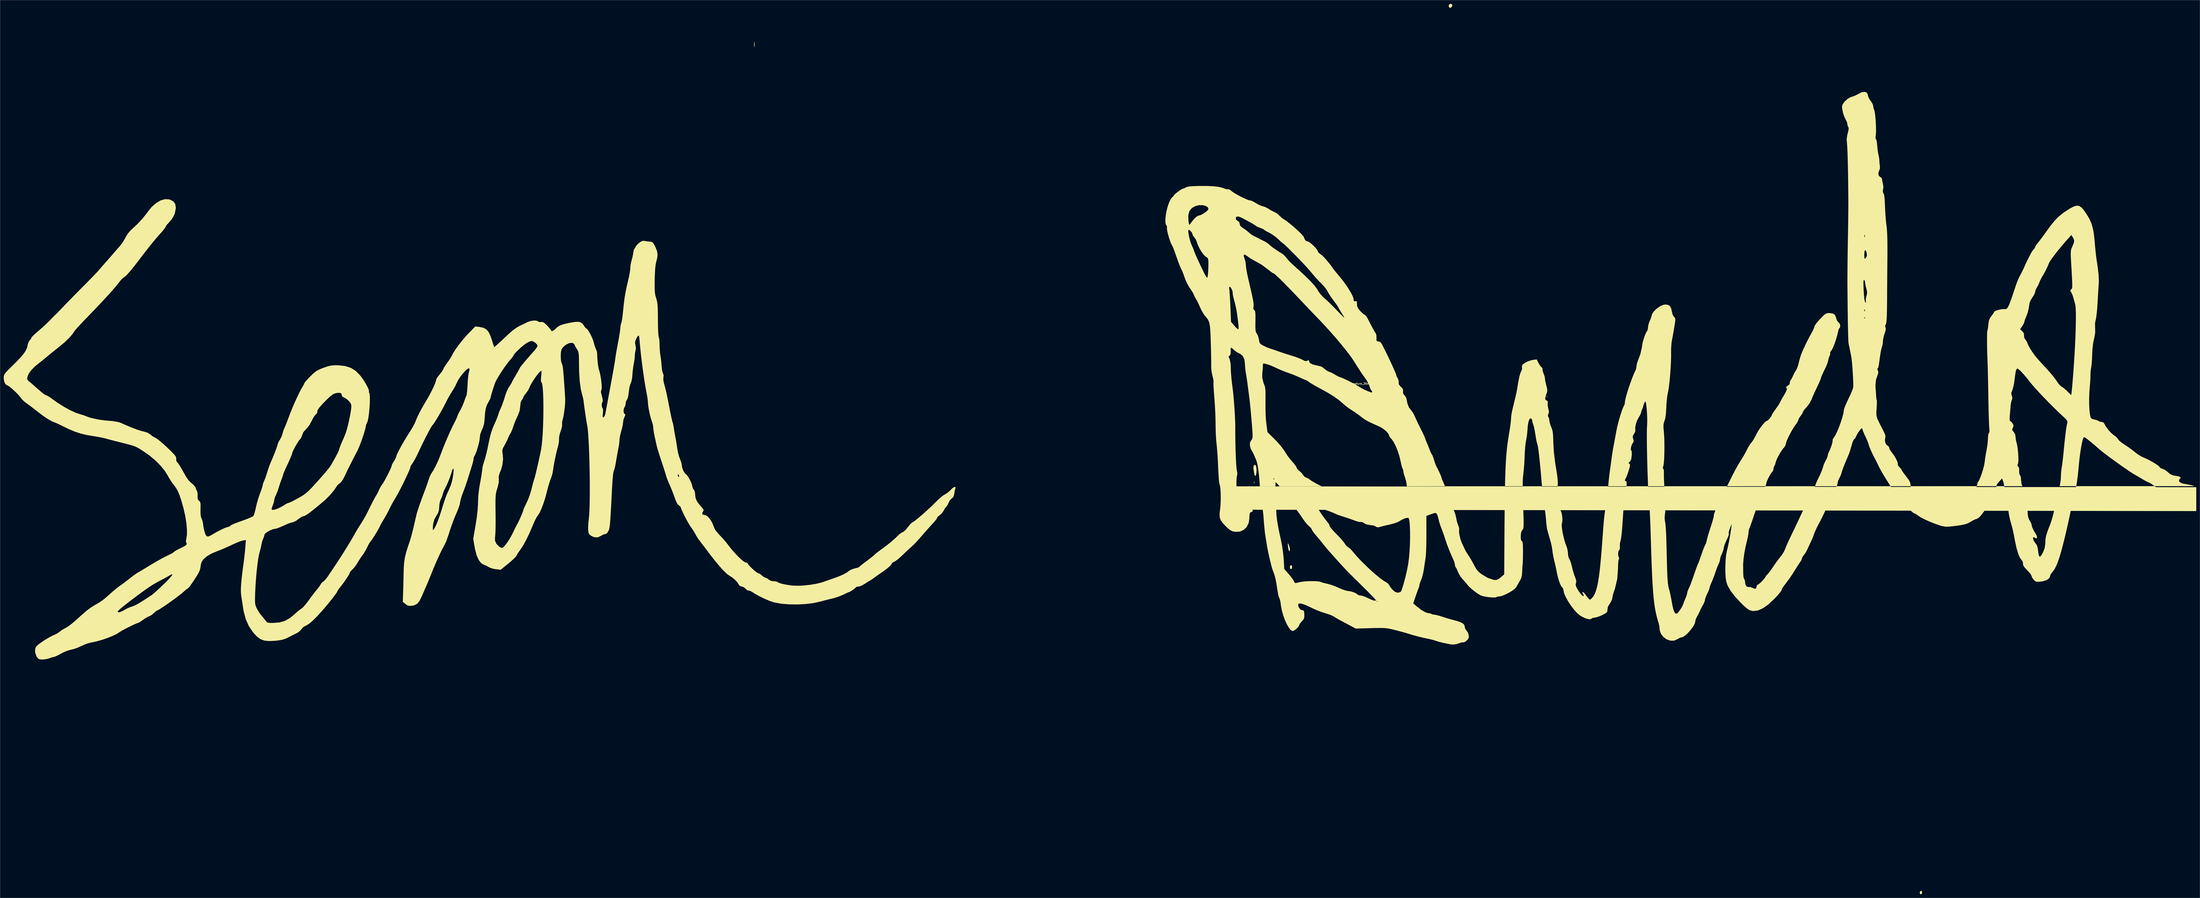
<source format=kicad_pcb>
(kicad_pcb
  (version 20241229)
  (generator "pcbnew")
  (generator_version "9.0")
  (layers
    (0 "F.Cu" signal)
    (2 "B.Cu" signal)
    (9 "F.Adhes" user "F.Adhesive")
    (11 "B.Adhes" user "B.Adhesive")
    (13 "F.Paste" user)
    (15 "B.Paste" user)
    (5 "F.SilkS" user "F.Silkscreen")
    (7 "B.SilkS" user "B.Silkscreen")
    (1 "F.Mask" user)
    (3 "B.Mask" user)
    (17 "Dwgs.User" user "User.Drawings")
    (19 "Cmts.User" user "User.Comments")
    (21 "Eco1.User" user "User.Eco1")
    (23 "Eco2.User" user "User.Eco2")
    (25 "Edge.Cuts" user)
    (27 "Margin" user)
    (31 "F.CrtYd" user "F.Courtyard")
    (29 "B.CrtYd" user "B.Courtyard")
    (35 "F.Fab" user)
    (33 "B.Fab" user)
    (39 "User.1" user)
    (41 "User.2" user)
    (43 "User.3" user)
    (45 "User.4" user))
  (footprint "Sean_Duda_Signature_35mmx35mm"
    (layer "F.Cu")
    (at 1103.816 309.885)
    (property "Reference" "Sean_Duda_Signature_35mmx35mm" (at 0 0 0) (layer "F.SilkS") (effects (font (size 1.524 1.524) (thickness 0.3))))
    (attr through_hole)
    (fp_poly (pts (xy 155.303 10.523) (xy 154.94 10.886) (xy 154.577 10.523) (xy 154.94 10.16) (xy 155.303 10.523)) (stroke (width 0.01) (type solid)) (fill yes) (layer "F.SilkS"))
    (fp_poly (pts (xy -83.699 80.07) (xy -83.612 80.932) (xy -83.699 81.038) (xy -84.13 80.938) (xy -84.183 80.554) (xy -83.917 79.957) (xy -83.699 80.07)) (stroke (width 0.01) (type solid)) (fill yes) (layer "F.SilkS"))
    (fp_poly (pts (xy -491.514 -278.483) (xy -491.394 -276.337) (xy -491.523 -274.854) (xy -491.693 -274.562) (xy -491.803 -275.513) (xy -491.827 -276.86) (xy -491.772 -278.507) (xy -491.642 -278.988) (xy -491.514 -278.483)) (stroke (width 0.01) (type solid)) (fill yes) (layer "F.SilkS"))
    (fp_poly (pts (xy 77.422 -309.36) (xy 77.651 -308.506) (xy 77.185 -307.258) (xy 76.165 -306.559) (xy 75.182 -306.785) (xy 74.676 -308.052) (xy 75.092 -309.311) (xy 76.2 -309.88) (xy 77.422 -309.36)) (stroke (width 0.01) (type solid)) (fill yes) (layer "F.SilkS"))
    (fp_poly (pts (xy 460.701 414.265) (xy 460.829 415.109) (xy 460.446 416.343) (xy 459.594 416.441) (xy 459.014 415.834) (xy 458.925 414.633) (xy 459.72 413.745) (xy 460.146 413.657) (xy 460.701 414.265)) (stroke (width 0.01) (type solid)) (fill yes) (layer "F.SilkS"))
    (fp_poly (pts (xy -53.113 148.616) (xy -53.009 149.84) (xy -53.353 150.987) (xy -53.627 151.264) (xy -54.388 151.061) (xy -54.718 150.516) (xy -54.834 148.998) (xy -54.059 148.111) (xy -53.66 148.046) (xy -53.113 148.616)) (stroke (width 0.01) (type solid)) (fill yes) (layer "F.SilkS"))
    (fp_poly (pts (xy -111.537 85.086) (xy -111.305 88.206) (xy -111.2 91.84) (xy -111.23 95.644) (xy -111.403 99.277) (xy -111.727 102.397) (xy -111.761 102.634) (xy -111.777 102.782) (xy 684.444 103.917) (xy 684.444 84.432) (xy -111.746 83.737) (xy -111.537 85.086)) (stroke (width 0.01) (type solid)) (fill yes) (layer "F.SilkS"))
    (fp_poly (pts (xy -56.048 130.625) (xy -55.479 132.061) (xy -55.215 132.89) (xy -54.739 135.206) (xy -54.958 136.522) (xy -55.008 136.578) (xy -55.541 136.412) (xy -56.026 134.908) (xy -56.207 133.882) (xy -56.448 131.83) (xy -56.483 130.465) (xy -56.414 130.195) (xy -56.048 130.625)) (stroke (width 0.01) (type solid)) (fill yes) (layer "F.SilkS"))
    (fp_poly (pts (xy -82.664 66.675) (xy -82.174 68.344) (xy -82.006 70.757) (xy -82.153 73.085) (xy -82.525 74.653) (xy -83.012 75.268) (xy -83.509 74.74) (xy -83.751 73.871) (xy -84.341 70.628) (xy -84.548 68.497) (xy -84.39 67.194) (xy -84.216 66.82) (xy -83.377 66.109) (xy -82.664 66.675)) (stroke (width 0.01) (type solid)) (fill yes) (layer "F.SilkS"))
    (fp_poly (pts (xy -84.986 103.388) (xy -85.329 104.247) (xy -86.36 104.713) (xy -87.189 105.134) (xy -87.629 106.085) (xy -87.796 107.932) (xy -87.811 109.346) (xy -88.39 113.506) (xy -90.019 116.883) (xy -92.541 119.327) (xy -95.798 120.688) (xy -99.63 120.815) (xy -99.844 120.785) (xy -101.883 120.299) (xy -103.695 119.349) (xy -105.727 117.664) (xy -106.967 116.458) (xy -109.586 113.676) (xy -111.223 111.351) (xy -112.03 109.035) (xy -112.159 106.279) (xy -111.777 102.782) (xy -85.751 102.774) (xy -84.986 103.388)) (stroke (width 0.01) (type solid)) (fill yes) (layer "F.SilkS"))
    (fp_poly (pts (xy 505.034 84.672) (xy 503.672 87.479) (xy 501.89 90.494) (xy 499.905 93.337) (xy 497.936 95.629) (xy 495.152 98.048) (xy 492.291 99.647) (xy 489.046 100.488) (xy 485.092 100.656) (xy 480.102 100.235) (xy 478.723 100.055) (xy 476.028 99.629) (xy 474.075 99.218) (xy 473.215 98.889) (xy 472.669 98.282) (xy 470.715 96.731) (xy 468.107 95.1) (xy 465.295 93.633) (xy 462.725 92.573) (xy 460.849 92.166) (xy 459.453 91.9) (xy 457.529 90.786) (xy 455.066 88.646) (xy 453.83 87.426) (xy 452.318 85.662) (xy 451.586 84.182) (xy 451.518 83.625) (xy 505.38 83.614) (xy 505.034 84.672)) (stroke (width 0.01) (type solid)) (fill yes) (layer "F.SilkS"))
    (fp_poly (pts (xy 511.491 103.943) (xy 509.24 107.002) (xy 507.249 109.153) (xy 505.665 110.222) (xy 505.216 110.309) (xy 504.064 110.67) (xy 502.165 111.604) (xy 500.485 112.576) (xy 498.877 113.495) (xy 497.259 114.214) (xy 495.366 114.794) (xy 492.929 115.297) (xy 489.684 115.783) (xy 485.364 116.315) (xy 483.326 116.549) (xy 480.005 116.656) (xy 476.753 116.084) (xy 474.98 115.542) (xy 470.689 113.996) (xy 466.495 112.292) (xy 462.72 110.576) (xy 459.684 108.995) (xy 457.709 107.694) (xy 457.689 107.677) (xy 456.143 106.539) (xy 454.993 105.97) (xy 454.874 105.954) (xy 453.754 105.414) (xy 451.939 103.93) (xy 450.549 102.6) (xy 512.34 102.58) (xy 511.491 103.943)) (stroke (width 0.01) (type solid)) (fill yes) (layer "F.SilkS"))
    (fp_poly (pts (xy 253.849 -64.22) (xy 255.461 -62.97) (xy 256.399 -60.627) (xy 256.656 -59.164) (xy 257.3 -56.452) (xy 258.297 -54.649) (xy 258.516 -54.444) (xy 259.125 -53.871) (xy 259.46 -53.165) (xy 259.529 -52.024) (xy 259.337 -50.146) (xy 258.892 -47.232) (xy 258.705 -46.08) (xy 258.105 -42.51) (xy 257.488 -39.033) (xy 256.95 -36.187) (xy 256.748 -35.197) (xy 256.392 -32.687) (xy 256.163 -29.38) (xy 256.105 -25.926) (xy 256.114 -25.4) (xy 256.109 -21.551) (xy 255.956 -16.972) (xy 255.681 -11.986) (xy 255.308 -6.919) (xy 254.865 -2.093) (xy 254.377 2.167) (xy 253.871 5.538) (xy 253.502 7.257) (xy 253.025 9.708) (xy 252.608 13.086) (xy 252.307 16.867) (xy 252.203 19.231) (xy 251.902 24.47) (xy 251.327 28.331) (xy 250.752 30.253) (xy 250.139 32.081) (xy 249.869 33.951) (xy 249.913 36.343) (xy 250.195 39.325) (xy 250.447 42.482) (xy 250.602 46.309) (xy 250.666 50.517) (xy 250.643 54.817) (xy 250.538 58.918) (xy 250.358 62.531) (xy 250.108 65.367) (xy 249.792 67.137) (xy 249.676 67.434) (xy 249.295 68.798) (xy 249.685 69.33) (xy 250.139 70.302) (xy 250.265 72.082) (xy 250.244 72.458) (xy 250.208 74.197) (xy 250.263 77.004) (xy 250.398 80.502) (xy 250.566 83.665) (xy 237.282 83.667) (xy 237.305 85.099) (xy 237.338 88.174) (xy 237.344 88.623) (xy 237.475 91.689) (xy 237.734 94.38) (xy 238.072 96.157) (xy 238.243 97.288) (xy 238.446 99.72) (xy 238.629 102.669) (xy 217.275 102.675) (xy 217.108 104.604) (xy 216.898 107.523) (xy 216.633 111.534) (xy 216.361 115.751) (xy 216.058 119.663) (xy 215.684 123.248) (xy 215.283 126.159) (xy 214.897 128.048) (xy 214.814 128.306) (xy 214.305 130.596) (xy 214.331 132.762) (xy 214.334 132.778) (xy 214.283 134.871) (xy 213.685 135.74) (xy 213.043 137.046) (xy 212.881 139.061) (xy 213.207 141.122) (xy 213.622 142.077) (xy 213.666 143.057) (xy 213.454 143.271) (xy 213.174 144.126) (xy 212.955 146.097) (xy 212.826 148.849) (xy 212.804 150.759) (xy 212.161 159.431) (xy 210.2 167.6) (xy 209.337 170.013) (xy 208.64 172.267) (xy 208.29 174.284) (xy 208.28 174.555) (xy 207.863 176.183) (xy 206.801 178.3) (xy 206.065 179.419) (xy 204.536 182.024) (xy 204.217 183.931) (xy 204.239 184.028) (xy 204.021 185.866) (xy 203.37 186.718) (xy 201.629 187.886) (xy 199.134 189.111) (xy 196.457 190.155) (xy 194.169 190.781) (xy 193.386 190.863) (xy 191.854 191.166) (xy 191.185 191.654) (xy 190.077 192.17) (xy 188.096 191.954) (xy 185.564 191.094) (xy 182.803 189.684) (xy 181.691 188.975) (xy 179.335 186.968) (xy 176.79 184.135) (xy 174.26 180.787) (xy 171.949 177.236) (xy 170.061 173.794) (xy 168.8 170.775) (xy 168.368 168.59) (xy 168.034 167.101) (xy 167.558 166.501) (xy 166.509 165.229) (xy 165.374 162.806) (xy 164.256 159.516) (xy 163.262 155.647) (xy 162.874 153.744) (xy 162.2 150.367) (xy 161.464 147.02) (xy 160.81 144.355) (xy 160.728 144.054) (xy 160.092 141.261) (xy 159.525 137.909) (xy 159.253 135.709) (xy 158.776 132.725) (xy 157.932 129.084) (xy 156.885 125.478) (xy 156.654 124.785) (xy 154.924 118.417) (xy 154.257 113.174) (xy 153.986 109.517) (xy 153.548 105.526) (xy 153.139 102.696) (xy 165.645 102.692) (xy 165.729 102.857) (xy 166.485 104.601) (xy 166.927 106.164) (xy 167.244 108.097) (xy 167.324 108.692) (xy 167.468 111.079) (xy 167.292 113.044) (xy 167.095 113.654) (xy 166.887 115.091) (xy 167.044 117.555) (xy 167.5 120.686) (xy 168.186 124.126) (xy 169.036 127.516) (xy 169.982 130.497) (xy 170.487 131.76) (xy 171.41 134.541) (xy 171.942 137.492) (xy 171.994 138.465) (xy 172.233 140.859) (xy 172.846 142.643) (xy 173.062 142.942) (xy 173.743 144.224) (xy 174.506 146.455) (xy 175.188 149.156) (xy 175.194 149.186) (xy 175.983 152.385) (xy 176.957 155.592) (xy 177.753 157.732) (xy 178.64 160.204) (xy 178.765 161.856) (xy 178.516 162.578) (xy 178.229 163.958) (xy 178.8 165.815) (xy 179.237 166.698) (xy 180.705 169.199) (xy 182.222 171.319) (xy 183.569 172.794) (xy 184.522 173.358) (xy 184.733 173.282) (xy 184.773 172.381) (xy 184.331 171.631) (xy 183.802 170.497) (xy 183.944 169.981) (xy 184.672 170.129) (xy 185.664 171.22) (xy 185.681 171.245) (xy 187.078 173.176) (xy 188.387 174.81) (xy 189.481 175.978) (xy 190.227 176.108) (xy 191.203 175.274) (xy 191.289 175.186) (xy 192.579 173.633) (xy 193.725 171.654) (xy 194.748 169.139) (xy 195.666 165.977) (xy 196.5 162.057) (xy 197.269 157.267) (xy 197.994 151.496) (xy 198.693 144.633) (xy 199.388 136.568) (xy 200.097 127.188) (xy 200.266 124.823) (xy 200.686 118.983) (xy 201.051 114.324) (xy 201.387 110.577) (xy 201.723 107.473) (xy 202.087 104.746) (xy 202.419 102.68) (xy 217.275 102.675) (xy 217.283 102.579) (xy 217.443 101.251) (xy 217.608 100.423) (xy 217.799 99.9) (xy 218.036 99.483) (xy 218.175 99.089) (xy 218.409 97.381) (xy 218.549 94.795) (xy 218.567 91.719) (xy 218.561 90.22) (xy 218.653 87.427) (xy 218.867 85.423) (xy 219.176 84.54) (xy 219.249 84.481) (xy 219.584 83.671) (xy 204.819 83.674) (xy 204.651 85.634) (xy 204.438 88.099) (xy 203.97 92.463) (xy 203.424 96.666) (xy 202.879 100.064) (xy 202.508 102.126) (xy 202.419 102.68) (xy 165.645 102.692) (xy 164.47 100.386) (xy 164.438 100.323) (xy 163.767 98.109) (xy 163.325 94.878) (xy 163.133 91.031) (xy 163.212 86.969) (xy 163.527 83.682) (xy 204.819 83.674) (xy 204.997 81.594) (xy 205.23 79.258) (xy 218.515 79.258) (xy 219.007 79.542) (xy 219.166 79.466) (xy 219.662 79.77) (xy 219.887 81.241) (xy 219.891 81.557) (xy 219.705 83.378) (xy 219.584 83.671) (xy 237.282 83.667) (xy 237.259 82.319) (xy 237.21 80.374) (xy 237.203 80.191) (xy 236.95 73.482) (xy 236.736 66.692) (xy 236.563 60.026) (xy 236.434 53.683) (xy 236.353 47.868) (xy 236.323 42.782) (xy 236.347 38.627) (xy 236.427 35.605) (xy 236.5 34.471) (xy 236.639 31.717) (xy 236.635 28.443) (xy 236.512 24.948) (xy 236.291 21.531) (xy 235.995 18.493) (xy 235.644 16.133) (xy 235.262 14.75) (xy 235.033 14.514) (xy 234.518 15.146) (xy 233.889 16.74) (xy 233.637 17.599) (xy 233.008 19.66) (xy 232.419 21.135) (xy 232.257 21.409) (xy 231.758 22.754) (xy 231.723 23.237) (xy 231.357 24.471) (xy 230.408 26.322) (xy 229.845 27.229) (xy 228.377 30.02) (xy 227.322 33.1) (xy 226.824 35.943) (xy 226.935 37.726) (xy 226.764 39.286) (xy 225.841 40.984) (xy 224.876 42.562) (xy 224.883 44.052) (xy 225.184 44.97) (xy 225.615 46.729) (xy 225.166 48.002) (xy 224.842 48.405) (xy 224.081 49.728) (xy 223.517 51.478) (xy 223.249 53.152) (xy 223.379 54.251) (xy 223.644 54.429) (xy 223.928 55.083) (xy 224.043 56.777) (xy 223.996 58.527) (xy 223.657 61.315) (xy 222.985 63.004) (xy 222.368 63.636) (xy 221.464 64.489) (xy 221.755 65.105) (xy 222.039 65.296) (xy 222.519 65.818) (xy 222.598 66.764) (xy 222.241 68.444) (xy 221.415 71.166) (xy 221.387 71.254) (xy 220.492 73.889) (xy 219.686 75.994) (xy 219.121 77.174) (xy 219.062 77.252) (xy 218.524 78.3) (xy 218.515 79.258) (xy 205.23 79.258) (xy 205.413 77.422) (xy 205.838 73.716) (xy 206.088 71.846) (xy 206.61 68.162) (xy 207.162 64.104) (xy 207.547 61.14) (xy 208.048 57.6) (xy 208.701 53.568) (xy 209.301 50.254) (xy 209.975 46.716) (xy 210.745 42.572) (xy 211.46 38.646) (xy 211.543 38.182) (xy 212.193 35.068) (xy 213.087 31.494) (xy 214.129 27.777) (xy 215.221 24.231) (xy 216.266 21.172) (xy 217.168 18.917) (xy 217.795 17.816) (xy 218.26 16.644) (xy 218.44 14.946) (xy 218.697 13.163) (xy 219.398 10.348) (xy 220.438 6.809) (xy 221.714 2.858) (xy 223.12 -1.195) (xy 224.553 -5.04) (xy 225.908 -8.365) (xy 227.08 -10.862) (xy 227.186 -11.057) (xy 227.718 -12.752) (xy 227.874 -14.275) (xy 228.181 -16.174) (xy 228.947 -18.509) (xy 229.237 -19.184) (xy 231.07 -24.157) (xy 232.295 -29.551) (xy 232.552 -31.569) (xy 232.957 -33.748) (xy 233.728 -36.463) (xy 234.698 -39.239) (xy 235.699 -41.598) (xy 236.563 -43.065) (xy 236.635 -43.144) (xy 237.114 -44.309) (xy 237.309 -46.092) (xy 237.632 -48.178) (xy 238.44 -50.635) (xy 238.76 -51.354) (xy 239.64 -53.379) (xy 240.156 -54.956) (xy 240.211 -55.341) (xy 240.829 -57.243) (xy 242.448 -59.384) (xy 244.72 -61.473) (xy 247.294 -63.221) (xy 249.822 -64.338) (xy 251.354 -64.589) (xy 253.849 -64.22)) (stroke (width 0.01) (type solid)) (fill yes) (layer "F.SilkS"))
    (fp_poly (pts (xy 589.008 -144.918) (xy 590.928 -143.626) (xy 592.925 -141.28) (xy 595.218 -137.886) (xy 597.307 -134.33) (xy 598.872 -130.847) (xy 600.017 -127.079) (xy 600.845 -122.668) (xy 601.458 -117.256) (xy 601.59 -115.699) (xy 601.945 -111.61) (xy 602.333 -107.662) (xy 602.709 -104.27) (xy 603.03 -101.849) (xy 603.07 -101.6) (xy 604.129 -94.574) (xy 604.773 -88.719) (xy 604.996 -84.116) (xy 604.925 -82.006) (xy 604.775 -79.892) (xy 604.569 -76.685) (xy 604.327 -72.744) (xy 604.073 -68.425) (xy 603.938 -66.04) (xy 603.657 -61.849) (xy 603.316 -58.019) (xy 602.948 -54.851) (xy 602.586 -52.645) (xy 602.378 -51.889) (xy 601.851 -49.302) (xy 601.92 -45.851) (xy 601.944 -45.624) (xy 602.009 -41.695) (xy 601.279 -37.429) (xy 601.052 -36.553) (xy 600.256 -32.552) (xy 599.724 -27.623) (xy 599.532 -23.586) (xy 599.399 -20.037) (xy 599.18 -16.769) (xy 598.909 -14.214) (xy 598.702 -13.063) (xy 598.32 -10.744) (xy 598.133 -7.926) (xy 598.132 -6.894) (xy 598.091 -4.269) (xy 597.902 -0.946) (xy 597.624 2.177) (xy 597.236 7.063) (xy 597.062 12.292) (xy 597.1 17.391) (xy 597.35 21.888) (xy 597.686 24.642) (xy 598.122 26.918) (xy 598.658 28.167) (xy 599.613 28.797) (xy 601.242 29.202) (xy 603.251 29.748) (xy 604.646 30.358) (xy 604.834 30.504) (xy 606.067 31.063) (xy 607.228 31.206) (xy 608.759 31.701) (xy 609.375 32.476) (xy 610.537 34.689) (xy 612.42 37.29) (xy 614.606 39.772) (xy 616.677 41.631) (xy 617.242 42.008) (xy 619.089 43.404) (xy 620.404 44.934) (xy 620.548 45.204) (xy 621.521 46.389) (xy 623.39 47.975) (xy 625.784 49.653) (xy 626.253 49.948) (xy 629.18 51.872) (xy 632.121 53.994) (xy 634.438 55.856) (xy 634.44 55.858) (xy 636.897 57.733) (xy 639.593 59.371) (xy 640.982 60.025) (xy 643.69 61.215) (xy 646.612 62.688) (xy 649.453 64.272) (xy 651.919 65.792) (xy 653.717 67.075) (xy 654.552 67.948) (xy 654.577 68.054) (xy 655.22 68.822) (xy 656.753 69.41) (xy 656.837 69.428) (xy 658.749 70.235) (xy 660.811 71.708) (xy 661.403 72.267) (xy 663.394 73.926) (xy 665.675 74.833) (xy 667.521 75.162) (xy 670.182 75.631) (xy 671.501 76.198) (xy 671.586 76.942) (xy 670.93 77.645) (xy 670.272 78.871) (xy 670.811 80.143) (xy 672.337 81.159) (xy 673.626 81.516) (xy 677.795 82.246) (xy 680.84 82.891) (xy 683.07 83.579) (xy 650.514 83.585) (xy 650.712 83.727) (xy 653.099 85.415) (xy 655.903 87.217) (xy 658.223 88.529) (xy 659.282 89.079) (xy 661.327 90.259) (xy 662.666 91.19) (xy 663.845 91.955) (xy 665.946 93.049) (xy 668.472 94.205) (xy 668.589 94.256) (xy 675.439 97.783) (xy 681.659 102.101) (xy 682.225 102.525) (xy 582.249 102.557) (xy 581.674 105.519) (xy 580.351 111.786) (xy 578.868 118.407) (xy 577.302 125.033) (xy 575.736 131.317) (xy 574.248 136.912) (xy 572.919 141.47) (xy 572.905 141.514) (xy 570.936 147.062) (xy 568.937 151.188) (xy 566.918 153.88) (xy 566.808 153.984) (xy 565.701 155.456) (xy 565.331 156.656) (xy 564.648 158.509) (xy 562.735 160.023) (xy 559.799 161.066) (xy 557.867 161.387) (xy 555.431 161.596) (xy 553.92 161.461) (xy 552.824 160.855) (xy 551.88 159.923) (xy 550.678 158.316) (xy 550.101 156.932) (xy 550.091 156.802) (xy 549.601 155.726) (xy 548.313 154.031) (xy 546.502 152.079) (xy 546.432 152.01) (xy 544.371 149.823) (xy 543.321 148.249) (xy 543.121 147.04) (xy 543.154 146.878) (xy 542.908 145.063) (xy 542.112 144.057) (xy 540.632 142.006) (xy 539.195 138.628) (xy 537.843 134.048) (xy 536.617 128.39) (xy 536.289 126.554) (xy 535.559 122.692) (xy 534.709 118.826) (xy 533.864 115.493) (xy 533.356 113.807) (xy 532.496 110.718) (xy 531.713 106.99) (xy 531.177 103.438) (xy 531.066 102.574) (xy 512.34 102.58) (xy 513.855 100.149) (xy 514.266 99.443) (xy 515.96 96.659) (xy 517.543 94.223) (xy 518.718 92.595) (xy 519.918 90.597) (xy 519.989 88.7) (xy 519.884 87.532) (xy 520.736 85.595) (xy 521.394 84.57) (xy 521.461 83.611) (xy 527.854 83.609) (xy 527.886 83.761) (xy 528.352 86.683) (xy 528.764 89.439) (xy 529.296 92.446) (xy 529.783 94.706) (xy 529.828 94.887) (xy 530.283 97.172) (xy 530.765 100.225) (xy 531.066 102.574) (xy 546.754 102.569) (xy 546.765 102.703) (xy 546.776 102.954) (xy 546.999 106.461) (xy 547.364 108.891) (xy 547.948 110.615) (xy 548.574 111.667) (xy 549.598 113.401) (xy 550.085 114.809) (xy 550.091 114.922) (xy 550.536 116.897) (xy 551.759 119.598) (xy 553.55 122.592) (xy 554.453 124.406) (xy 554.573 125.705) (xy 553.991 126.218) (xy 552.786 125.674) (xy 552.662 125.574) (xy 551.709 125.139) (xy 551.318 125.686) (xy 551.443 126.881) (xy 552.036 128.39) (xy 553.051 129.878) (xy 553.307 130.149) (xy 554.369 131.639) (xy 555.066 133.799) (xy 555.498 136.705) (xy 555.916 139.56) (xy 556.464 140.982) (xy 557.235 140.988) (xy 558.32 139.596) (xy 559.485 137.471) (xy 560.812 134.094) (xy 561.307 130.468) (xy 561.325 129.54) (xy 561.456 127.031) (xy 561.893 124.483) (xy 562.727 121.559) (xy 564.051 117.919) (xy 565.36 114.663) (xy 566.129 112.466) (xy 567.039 109.381) (xy 567.936 105.937) (xy 568.274 104.503) (xy 568.738 102.562) (xy 582.249 102.557) (xy 582.755 99.951) (xy 583.515 95.431) (xy 583.672 94.497) (xy 584.375 91.421) (xy 585.22 88.688) (xy 585.315 88.429) (xy 586.247 85.103) (xy 586.526 83.598) (xy 650.514 83.585) (xy 648.541 82.175) (xy 646.777 81.044) (xy 645.773 80.559) (xy 645.727 80.554) (xy 644.768 80.2) (xy 642.976 79.274) (xy 640.826 78.027) (xy 638.386 76.566) (xy 636.197 75.294) (xy 634.908 74.58) (xy 633.01 73.457) (xy 630.205 71.63) (xy 626.741 69.275) (xy 622.863 66.569) (xy 618.819 63.688) (xy 614.856 60.809) (xy 611.221 58.107) (xy 608.16 55.759) (xy 605.921 53.942) (xy 605.537 53.607) (xy 601.951 50.472) (xy 598.74 47.766) (xy 596.071 45.623) (xy 594.109 44.175) (xy 593.022 43.556) (xy 592.938 43.543) (xy 592.371 44.233) (xy 591.723 46.172) (xy 591.032 49.16) (xy 590.332 53.001) (xy 589.66 57.494) (xy 589.053 62.443) (xy 588.56 67.491) (xy 587.857 74.71) (xy 587.09 80.555) (xy 586.526 83.598) (xy 573.01 83.6) (xy 573.339 82.146) (xy 573.864 78.681) (xy 574.04 76.069) (xy 574.168 72.957) (xy 574.494 69.763) (xy 574.706 68.434) (xy 575.044 66.293) (xy 575.449 63.154) (xy 575.867 59.468) (xy 576.192 56.243) (xy 576.943 48.58) (xy 577.62 42.36) (xy 578.222 37.576) (xy 578.751 34.223) (xy 579.165 32.42) (xy 579.397 31.338) (xy 579.195 30.367) (xy 578.373 29.215) (xy 576.749 27.586) (xy 575.305 26.252) (xy 571.756 22.918) (xy 567.822 19.077) (xy 563.724 14.957) (xy 559.681 10.784) (xy 555.912 6.788) (xy 552.638 3.197) (xy 550.076 0.239) (xy 549.01 -1.089) (xy 546.202 -4.638) (xy 543.605 -7.709) (xy 541.378 -10.131) (xy 539.679 -11.731) (xy 538.667 -12.336) (xy 538.641 -12.337) (xy 538.027 -12.083) (xy 537.529 -11.179) (xy 537.092 -9.412) (xy 536.658 -6.57) (xy 536.298 -3.583) (xy 535.824 -0.321) (xy 535.205 2.692) (xy 534.554 4.941) (xy 534.358 5.411) (xy 533.612 7.399) (xy 533.671 8.945) (xy 534.004 9.819) (xy 534.485 11.785) (xy 534.061 13.184) (xy 533.521 14.817) (xy 533.114 17.142) (xy 533.029 18.041) (xy 532.823 20.704) (xy 532.543 23.93) (xy 532.355 25.944) (xy 532.205 28.615) (xy 532.363 30.161) (xy 532.641 30.48) (xy 533.515 31.029) (xy 534.577 32.327) (xy 535.355 33.875) (xy 535.193 35.21) (xy 534.829 35.965) (xy 534.278 37.378) (xy 534.683 38.441) (xy 535.45 39.226) (xy 536.784 41.412) (xy 537.029 43.1) (xy 537.256 45.543) (xy 537.734 47.607) (xy 538.296 49.879) (xy 538.768 52.877) (xy 539.124 56.224) (xy 539.337 59.542) (xy 539.38 62.454) (xy 539.228 64.581) (xy 538.985 65.409) (xy 538.498 66.634) (xy 539.103 67.422) (xy 539.181 67.472) (xy 539.926 68.689) (xy 540.032 71.089) (xy 540.026 71.178) (xy 540.099 73.502) (xy 540.678 74.757) (xy 540.739 74.799) (xy 541.351 75.94) (xy 541.508 78.108) (xy 541.494 78.393) (xy 541.963 82.087) (xy 542.655 83.606) (xy 527.854 83.609) (xy 527.337 81.124) (xy 526.851 79.425) (xy 526.037 77.289) (xy 523.521 80.032) (xy 522.174 81.722) (xy 521.474 83.057) (xy 521.467 83.524) (xy 521.461 83.611) (xy 505.38 83.614) (xy 505.76 82.453) (xy 505.823 81.852) (xy 506.257 80.443) (xy 506.474 80.155) (xy 507.373 78.699) (xy 508.447 76.22) (xy 509.566 73.113) (xy 510.597 69.774) (xy 511.41 66.598) (xy 511.873 63.98) (xy 511.887 63.847) (xy 512.314 60.485) (xy 512.928 56.678) (xy 513.433 54.05) (xy 514.005 50.723) (xy 514.4 47.237) (xy 514.519 44.856) (xy 514.653 42.523) (xy 514.988 40.819) (xy 515.314 40.242) (xy 515.749 39.188) (xy 515.723 37.019) (xy 515.649 36.389) (xy 515.524 34.81) (xy 515.39 31.996) (xy 515.253 28.163) (xy 515.12 23.525) (xy 514.999 18.3) (xy 514.895 12.702) (xy 514.872 11.249) (xy 514.776 5.364) (xy 514.668 -0.407) (xy 514.555 -5.805) (xy 514.442 -10.569) (xy 514.335 -14.438) (xy 514.24 -17.151) (xy 514.228 -17.417) (xy 514.036 -22.253) (xy 513.898 -27.092) (xy 513.814 -31.704) (xy 513.785 -35.858) (xy 513.813 -39.324) (xy 513.899 -41.871) (xy 514.044 -43.269) (xy 514.1 -43.432) (xy 514.365 -44.398) (xy 540.789 -44.398) (xy 542.575 -42.72) (xy 543.868 -40.996) (xy 543.944 -39.377) (xy 544.146 -37.347) (xy 544.934 -36.202) (xy 546.169 -34.419) (xy 546.778 -32.953) (xy 547.547 -31.102) (xy 549.01 -28.519) (xy 550.92 -25.579) (xy 553.033 -22.66) (xy 555.103 -20.136) (xy 555.267 -19.953) (xy 556.885 -18.179) (xy 559.141 -15.714) (xy 561.69 -12.933) (xy 563.398 -11.073) (xy 565.877 -8.263) (xy 568.187 -5.451) (xy 570.013 -3.028) (xy 570.824 -1.795) (xy 572.34 0.335) (xy 574.01 2.025) (xy 574.764 2.539) (xy 576.43 3.674) (xy 578.452 5.418) (xy 579.533 6.491) (xy 581.072 8.052) (xy 582.155 9.031) (xy 582.482 9.217) (xy 582.611 8.466) (xy 582.829 6.543) (xy 583.109 3.725) (xy 583.421 0.288) (xy 583.479 -0.384) (xy 584.148 -8.656) (xy 584.736 -16.901) (xy 585.236 -24.971) (xy 585.645 -32.715) (xy 585.956 -39.985) (xy 586.165 -46.63) (xy 586.266 -52.501) (xy 586.254 -57.449) (xy 586.125 -61.324) (xy 585.873 -63.976) (xy 585.702 -64.787) (xy 584.907 -67.555) (xy 584.118 -70.368) (xy 584.011 -70.757) (xy 583.267 -72.906) (xy 582.422 -74.577) (xy 582.238 -74.826) (xy 581.648 -75.905) (xy 582.264 -76.822) (xy 582.41 -76.946) (xy 582.746 -77.234) (xy 583.005 -77.582) (xy 583.186 -78.148) (xy 583.289 -79.092) (xy 583.312 -80.571) (xy 583.257 -82.744) (xy 583.121 -85.769) (xy 582.904 -89.806) (xy 582.606 -95.012) (xy 582.322 -99.881) (xy 582.123 -103.678) (xy 582.066 -106.367) (xy 582.179 -108.291) (xy 582.493 -109.787) (xy 583.036 -111.198) (xy 583.368 -111.903) (xy 584.509 -114.596) (xy 584.842 -116.571) (xy 584.389 -118.298) (xy 583.734 -119.435) (xy 582.543 -121.253) (xy 578.836 -117.095) (xy 575.906 -113.728) (xy 572.975 -110.217) (xy 570.218 -106.788) (xy 567.812 -103.665) (xy 565.931 -101.073) (xy 564.751 -99.238) (xy 564.487 -98.697) (xy 563.064 -95.337) (xy 561.275 -91.693) (xy 559.487 -88.497) (xy 559.055 -87.811) (xy 557.721 -85.451) (xy 556.637 -83.015) (xy 556.537 -82.731) (xy 555.544 -80.392) (xy 554.353 -78.291) (xy 554.335 -78.265) (xy 553.374 -76.41) (xy 552.994 -74.775) (xy 552.559 -73.277) (xy 551.461 -71.332) (xy 550.878 -70.533) (xy 549.479 -68.304) (xy 548.54 -65.972) (xy 548.4 -65.314) (xy 547.728 -61.24) (xy 546.969 -58.095) (xy 545.988 -55.358) (xy 545.666 -54.618) (xy 544.832 -52.556) (xy 544.341 -50.949) (xy 544.286 -50.546) (xy 543.901 -49.359) (xy 542.94 -47.594) (xy 542.537 -46.975) (xy 540.789 -44.398) (xy 514.365 -44.398) (xy 514.396 -44.508) (xy 514.691 -46.529) (xy 514.86 -48.302) (xy 515.297 -51.293) (xy 516.24 -53.579) (xy 517.394 -55.212) (xy 518.689 -56.94) (xy 519.488 -58.228) (xy 519.611 -58.582) (xy 520.255 -59.188) (xy 521.878 -59.84) (xy 524.016 -60.412) (xy 526.209 -60.781) (xy 527.975 -60.824) (xy 528.821 -60.793) (xy 529.562 -60.999) (xy 530.268 -61.588) (xy 531.009 -62.705) (xy 531.855 -64.495) (xy 532.875 -67.103) (xy 534.139 -70.676) (xy 535.718 -75.358) (xy 537.405 -80.462) (xy 538.474 -83.347) (xy 539.725 -86.233) (xy 540.297 -87.384) (xy 541.784 -90.202) (xy 542.828 -92.259) (xy 543.682 -94.068) (xy 544.598 -96.142) (xy 544.605 -96.157) (xy 545.705 -98.586) (xy 546.814 -100.872) (xy 547.002 -101.237) (xy 548.128 -103.422) (xy 549.338 -105.816) (xy 549.436 -106.011) (xy 550.562 -107.942) (xy 551.68 -109.379) (xy 551.862 -109.547) (xy 552.805 -110.718) (xy 552.994 -111.355) (xy 553.435 -112.37) (xy 554.56 -114.006) (xy 555.423 -115.077) (xy 556.881 -116.899) (xy 558.854 -119.512) (xy 561.04 -122.511) (xy 562.422 -124.46) (xy 566.005 -129.364) (xy 569.218 -133.238) (xy 572.32 -136.361) (xy 575.573 -139.008) (xy 577.229 -140.168) (xy 581.275 -142.782) (xy 584.425 -144.465) (xy 586.922 -145.187) (xy 589.008 -144.918)) (stroke (width 0.01) (type solid)) (fill yes) (layer "F.SilkS"))
    (fp_poly (pts (xy 148.018 -16.746) (xy 149.148 -14.852) (xy 150.212 -13.574) (xy 150.573 -13.33) (xy 151.273 -12.479) (xy 151.22 -11.999) (xy 151.269 -10.788) (xy 151.831 -8.908) (xy 152.103 -8.249) (xy 152.849 -6.261) (xy 153.189 -4.726) (xy 153.183 -4.438) (xy 153.277 -3.249) (xy 153.688 -1.148) (xy 154.248 1.113) (xy 154.892 3.672) (xy 155.115 5.418) (xy 154.915 6.926) (xy 154.289 8.774) (xy 154.225 8.943) (xy 153.459 11.612) (xy 153.623 13.21) (xy 154.725 13.785) (xy 154.857 13.789) (xy 155.487 14.416) (xy 155.466 15.911) (xy 155.486 18.089) (xy 155.959 20.47) (xy 155.999 20.593) (xy 156.477 22.792) (xy 156.136 24.456) (xy 156.006 24.717) (xy 155.546 26.244) (xy 155.961 27.074) (xy 156.559 28.354) (xy 156.754 29.839) (xy 157.05 31.653) (xy 157.803 34.05) (xy 158.319 35.318) (xy 159.019 37.135) (xy 159.496 39.108) (xy 159.797 41.59) (xy 159.971 44.93) (xy 160.042 47.897) (xy 160.515 56.074) (xy 161.641 65.104) (xy 162.152 68.217) (xy 163 73.445) (xy 163.514 77.479) (xy 163.713 80.533) (xy 163.618 82.822) (xy 163.583 83.094) (xy 163.527 83.682) (xy 150.83 83.684) (xy 151.506 90.471) (xy 152.31 97.157) (xy 153.138 102.689) (xy 153.139 102.696) (xy 135.555 102.702) (xy 135.593 103.665) (xy 135.719 107.648) (xy 135.784 110.225) (xy 135.834 113.901) (xy 135.775 116.394) (xy 135.577 117.972) (xy 135.209 118.902) (xy 134.747 119.377) (xy 134.078 120.484) (xy 133.646 122.358) (xy 133.466 124.544) (xy 133.554 126.587) (xy 133.924 128.033) (xy 134.439 128.455) (xy 134.835 128.845) (xy 135.1 130.124) (xy 135.25 132.457) (xy 135.3 136.01) (xy 135.296 137.708) (xy 135.262 141.221) (xy 135.202 144.18) (xy 135.126 146.299) (xy 135.04 147.289) (xy 135.029 147.32) (xy 134.902 148.174) (xy 134.774 150.079) (xy 134.671 152.636) (xy 134.666 152.827) (xy 134.435 156.127) (xy 133.874 158.553) (xy 132.847 160.669) (xy 132.761 160.809) (xy 131.392 163.106) (xy 130.163 165.311) (xy 129.908 165.799) (xy 128.655 167.245) (xy 126.448 168.911) (xy 123.68 170.585) (xy 120.747 172.056) (xy 118.042 173.112) (xy 115.962 173.541) (xy 115.516 173.516) (xy 114.131 173.795) (xy 113.685 174.08) (xy 112.519 174.366) (xy 110.374 174.375) (xy 107.683 174.157) (xy 104.882 173.76) (xy 102.404 173.232) (xy 100.684 172.624) (xy 100.679 172.621) (xy 98.336 171.183) (xy 95.692 169.275) (xy 93.156 167.223) (xy 91.139 165.355) (xy 90.208 164.263) (xy 88.886 162.57) (xy 87.073 160.545) (xy 86.27 159.723) (xy 84.359 157.354) (xy 82.737 154.555) (xy 82.352 153.646) (xy 81.5 151.583) (xy 80.746 150.15) (xy 80.447 149.793) (xy 79.951 148.841) (xy 79.831 147.821) (xy 79.521 146.183) (xy 78.746 144.021) (xy 78.432 143.329) (xy 75.841 137.533) (xy 73.444 131.388) (xy 71.959 127) (xy 70.841 123.62) (xy 69.528 119.95) (xy 68.7 117.791) (xy 67.664 114.934) (xy 66.816 112.135) (xy 66.422 110.42) (xy 65.88 108.231) (xy 65.164 106.511) (xy 65.02 106.288) (xy 64.398 105.611) (xy 63.605 105.432) (xy 62.226 105.765) (xy 60.299 106.457) (xy 56.493 107.876) (xy 56.533 122.7) (xy 56.512 127.521) (xy 56.428 132.146) (xy 56.291 136.267) (xy 56.113 139.575) (xy 55.904 141.764) (xy 55.887 141.877) (xy 55.412 144.955) (xy 54.864 148.609) (xy 54.428 151.583) (xy 53.832 154.763) (xy 53.025 157.853) (xy 52.228 160.07) (xy 51.371 162.183) (xy 50.861 163.881) (xy 50.8 164.344) (xy 50.486 165.972) (xy 50.181 166.743) (xy 49.665 168.004) (xy 48.853 170.218) (xy 47.902 172.955) (xy 47.677 173.621) (xy 45.792 179.24) (xy 49.036 181.967) (xy 52.646 184.715) (xy 55.754 186.499) (xy 58.19 187.223) (xy 58.469 187.234) (xy 59.958 187.47) (xy 60.537 187.779) (xy 61.611 188.225) (xy 63.016 188.429) (xy 64.738 188.721) (xy 67.212 189.368) (xy 69.306 190.032) (xy 72.28 191) (xy 75.287 191.895) (xy 76.926 192.333) (xy 81.241 193.483) (xy 84.303 194.535) (xy 86.295 195.593) (xy 87.399 196.76) (xy 87.799 198.14) (xy 87.811 198.483) (xy 88.33 200.192) (xy 89.191 201.321) (xy 90.296 202.912) (xy 91.025 204.993) (xy 91.028 205.006) (xy 91.138 206.93) (xy 90.403 208.445) (xy 89.578 209.35) (xy 88.127 210.524) (xy 86.983 210.984) (xy 86.834 210.961) (xy 85.574 210.98) (xy 84.183 211.365) (xy 81.055 212.407) (xy 78.55 212.782) (xy 76.052 212.578) (xy 75.837 212.539) (xy 70.62 211.492) (xy 66.54 210.477) (xy 64.226 209.723) (xy 62.099 209.044) (xy 59.491 208.394) (xy 58.783 208.248) (xy 54.465 207.334) (xy 49.96 206.255) (xy 45.822 205.15) (xy 42.817 204.23) (xy 40.744 203.588) (xy 37.717 202.725) (xy 34.192 201.768) (xy 31.569 201.084) (xy 28.541 200.331) (xy 26.056 199.8) (xy 23.762 199.461) (xy 21.309 199.285) (xy 18.344 199.242) (xy 14.519 199.304) (xy 11.249 199.391) (xy -1.089 199.74) (xy -7.62 196.271) (xy -11.212 194.361) (xy -13.777 192.987) (xy -15.568 192.006) (xy -16.841 191.276) (xy -17.851 190.652) (xy -18.851 189.993) (xy -19.049 189.861) (xy -20.782 188.986) (xy -23.354 188.017) (xy -26.01 187.216) (xy -28.937 186.279) (xy -32.53 184.884) (xy -36.183 183.274) (xy -37.608 182.582) (xy -41.892 180.586) (xy -45.046 179.476) (xy -47.09 179.251) (xy -48.043 179.911) (xy -47.926 181.458) (xy -47.454 182.601) (xy -46.146 184.337) (xy -44.798 184.749) (xy -43.832 184.886) (xy -43.324 185.625) (xy -43.093 187.326) (xy -43.043 188.242) (xy -43.063 190.566) (xy -43.548 192.107) (xy -44.73 193.515) (xy -45.025 193.794) (xy -46.395 195.328) (xy -47.131 196.646) (xy -47.171 196.895) (xy -47.717 198.046) (xy -49.04 199.509) (xy -50.668 200.86) (xy -52.129 201.671) (xy -52.543 201.749) (xy -53.944 201.079) (xy -55.518 199.24) (xy -57.155 196.482) (xy -58.74 193.058) (xy -60.161 189.222) (xy -61.306 185.224) (xy -62.061 181.318) (xy -62.201 180.138) (xy -62.558 177.682) (xy -62.62 177.437) (xy 15.966 177.437) (xy 16.329 177.8) (xy 16.691 177.437) (xy 16.329 177.074) (xy 15.966 177.437) (xy -62.62 177.437) (xy -63.048 175.743) (xy -63.404 174.982) (xy -63.864 173.836) (xy -64.399 171.649) (xy -64.916 168.823) (xy -65.08 167.725) (xy -65.817 162.893) (xy -66.536 159.154) (xy -67.32 156.155) (xy -68.251 153.541) (xy -68.579 152.763) (xy -69.2 150.957) (xy -70.002 148.09) (xy -70.901 144.527) (xy -71.81 140.633) (xy -72.643 136.774) (xy -73.314 133.315) (xy -73.69 130.991) (xy -73.983 129.065) (xy -74.423 126.403) (xy -74.759 124.46) (xy -75.116 121.966) (xy -75.503 118.504) (xy -75.868 114.554) (xy -76.135 111.034) (xy -76.436 107.298) (xy -76.805 103.864) (xy -76.96 102.771) (xy -65.944 102.767) (xy -65.948 102.913) (xy -65.801 106.62) (xy -65.371 110.707) (xy -64.625 115.428) (xy -63.53 121.035) (xy -62.064 127.726) (xy -61.234 132.009) (xy -60.502 136.915) (xy -59.985 141.616) (xy -59.865 143.259) (xy -59.396 151.173) (xy -55.643 155.431) (xy -53.78 157.684) (xy -52.309 159.726) (xy -51.507 161.163) (xy -51.461 161.306) (xy -50.746 162.48) (xy -50.01 162.652) (xy -46.588 161.841) (xy -43.455 161.358) (xy -39.924 161.114) (xy -37.672 161.051) (xy -34.648 161.075) (xy -32.061 161.242) (xy -30.346 161.519) (xy -30.052 161.627) (xy -28.606 162.145) (xy -26.302 162.767) (xy -24.311 163.216) (xy -21.39 164.015) (xy -17.949 165.242) (xy -14.8 166.602) (xy -12.027 167.807) (xy -9.468 168.691) (xy -7.62 169.085) (xy -7.45 169.091) (xy -5.352 169.371) (xy -2.988 170.074) (xy -0.913 170.994) (xy 0.318 171.926) (xy 0.356 171.983) (xy 1.364 172.556) (xy 2.56 172.72) (xy 4.337 173.038) (xy 6.542 173.826) (xy 7.053 174.062) (xy 10.631 175.745) (xy 13.093 176.727) (xy 14.571 177.05) (xy 15.197 176.752) (xy 15.24 176.506) (xy 14.966 176.062) (xy 14.1 175.067) (xy 12.575 173.454) (xy 10.324 171.154) (xy 7.281 168.101) (xy 3.379 164.226) (xy -1.45 159.462) (xy -5.806 155.18) (xy -8.015 152.928) (xy -10.851 149.918) (xy -14.078 146.412) (xy -17.46 142.672) (xy -20.762 138.96) (xy -23.749 135.539) (xy -26.185 132.671) (xy -27.718 130.77) (xy -29.501 128.529) (xy -31.721 125.845) (xy -33.564 123.687) (xy -35.262 121.614) (xy -36.492 119.876) (xy -37.008 118.826) (xy -37.011 118.783) (xy -37.55 117.769) (xy -38.88 116.469) (xy -39.224 116.203) (xy -40.685 114.797) (xy -42.519 112.578) (xy -44.367 109.989) (xy -44.646 109.56) (xy -46.533 106.751) (xy -48.505 104.03) (xy -49.514 102.762) (xy -31.348 102.756) (xy -30.457 104.221) (xy -28.799 106.753) (xy -26.764 109.597) (xy -24.756 112.204) (xy -23.404 113.79) (xy -22.611 115.236) (xy -22.497 115.916) (xy -22.005 116.871) (xy -20.675 118.564) (xy -18.721 120.737) (xy -16.873 122.629) (xy -14.407 125.171) (xy -12.223 127.608) (xy -10.608 129.609) (xy -9.972 130.569) (xy -8.801 132.239) (xy -7.592 133.236) (xy -7.432 133.295) (xy -6.315 134.028) (xy -4.737 135.56) (xy -3.468 137.035) (xy -0.492 140.534) (xy 3.072 144.348) (xy 6.994 148.267) (xy 11.047 152.081) (xy 15.003 155.58) (xy 18.635 158.554) (xy 21.713 160.794) (xy 23.49 161.85) (xy 25.101 162.94) (xy 26.03 164.072) (xy 26.76 165.324) (xy 28.06 167.096) (xy 28.666 167.843) (xy 30.867 169.771) (xy 33.106 170.522) (xy 35.118 170.031) (xy 35.744 169.529) (xy 36.262 168.499) (xy 37.022 166.324) (xy 37.942 163.275) (xy 38.937 159.623) (xy 39.477 157.492) (xy 40.772 151.913) (xy 41.689 147.037) (xy 42.329 142.204) (xy 42.793 136.756) (xy 42.9 135.102) (xy 43.137 130.11) (xy 43.238 125.193) (xy 43.212 120.573) (xy 43.068 116.476) (xy 42.814 113.126) (xy 42.458 110.746) (xy 42.009 109.561) (xy 41.943 109.506) (xy 40.696 109.424) (xy 38.682 109.991) (xy 36.341 111.05) (xy 34.467 112.187) (xy 32.74 113.043) (xy 30.081 113.974) (xy 26.987 114.81) (xy 26.126 115.002) (xy 23.084 115.675) (xy 20.41 116.326) (xy 18.56 116.84) (xy 18.223 116.954) (xy 16.414 117.167) (xy 15.263 116.498) (xy 13.727 115.768) (xy 11.481 115.402) (xy 10.981 115.389) (xy 7.621 114.806) (xy 5.845 113.852) (xy 4.268 112.953) (xy 3.102 112.747) (xy 2.991 112.794) (xy 1.965 112.791) (xy 0.029 112.319) (xy -2.339 111.503) (xy -5.6 110.306) (xy -9.146 109.107) (xy -11.249 108.453) (xy -13.9 107.606) (xy -16.235 106.744) (xy -17.417 106.217) (xy -19.576 105.239) (xy -22.517 104.104) (xy -25.678 103.008) (xy -26.511 102.755) (xy 78.675 102.72) (xy 79.55 104.901) (xy 79.555 104.912) (xy 80.273 107.092) (xy 80.881 109.724) (xy 80.988 110.355) (xy 81.547 112.894) (xy 82.322 115.197) (xy 82.532 115.655) (xy 83.176 117.524) (xy 83.24 119.044) (xy 83.156 120.983) (xy 83.545 123.736) (xy 84.297 126.786) (xy 85.304 129.616) (xy 85.601 130.266) (xy 86.569 132.305) (xy 87.296 133.915) (xy 87.439 134.257) (xy 88.565 136.485) (xy 90.569 139.649) (xy 91.107 140.441) (xy 92.272 142.301) (xy 93.707 144.805) (xy 94.671 146.594) (xy 96.233 149.517) (xy 97.453 151.515) (xy 98.63 152.967) (xy 100.061 154.25) (xy 101.664 155.465) (xy 106.538 158.392) (xy 111.333 159.989) (xy 112.123 160.122) (xy 113.839 160.062) (xy 115.59 159.21) (xy 117.154 157.983) (xy 120.008 155.532) (xy 120.189 124.756) (xy 120.265 113.093) (xy 120.355 102.761) (xy 120.355 102.707) (xy 135.555 102.702) (xy 135.45 100.033) (xy 135.309 97.302) (xy 135.247 95.311) (xy 135.4 92.97) (xy 135.812 91.678) (xy 136.245 90.578) (xy 135.824 88.719) (xy 135.739 88.486) (xy 135.251 86.279) (xy 135.068 83.82) (xy 135.07 83.687) (xy 120.635 83.69) (xy 120.592 85.597) (xy 120.462 93.636) (xy 120.355 102.707) (xy 78.675 102.72) (xy 78.622 102.588) (xy 77.707 100.149) (xy 77.291 98.985) (xy 76.405 96.506) (xy 75.284 93.37) (xy 74.076 89.989) (xy 73.167 87.497) (xy 71.95 84.307) (xy 71.704 83.7) (xy 120.635 83.69) (xy 120.727 79.603) (xy 135.059 79.603) (xy 135.061 79.829) (xy 135.078 81.235) (xy 135.073 83.331) (xy 135.07 83.687) (xy 150.83 83.684) (xy 150.713 82.516) (xy 150.225 76.926) (xy 149.655 70.402) (xy 149.091 64.499) (xy 148.55 59.363) (xy 148.05 55.144) (xy 147.607 51.987) (xy 147.238 50.04) (xy 147.056 49.507) (xy 146.704 48.417) (xy 146.232 46.257) (xy 145.715 43.395) (xy 145.438 41.637) (xy 144.912 38.482) (xy 144.366 35.767) (xy 143.882 33.886) (xy 143.68 33.362) (xy 143.071 31.574) (xy 142.966 30.673) (xy 142.538 29.068) (xy 142.122 28.475) (xy 141.226 28.264) (xy 140.394 29.323) (xy 139.694 31.467) (xy 139.192 34.515) (xy 138.999 36.986) (xy 138.741 40.3) (xy 138.323 43.619) (xy 137.865 46.083) (xy 137.471 48.364) (xy 137.109 51.596) (xy 136.829 55.28) (xy 136.714 57.694) (xy 136.538 62.095) (xy 136.325 65.793) (xy 136.03 69.404) (xy 135.606 73.547) (xy 135.351 75.837) (xy 135.147 77.976) (xy 135.059 79.603) (xy 120.727 79.603) (xy 120.752 78.523) (xy 120.946 72.293) (xy 121.18 66.784) (xy 121.459 61.874) (xy 121.79 57.443) (xy 122.177 53.368) (xy 122.627 49.528) (xy 123.144 45.801) (xy 123.735 42.066) (xy 124.038 40.277) (xy 124.638 36.581) (xy 125.127 33.123) (xy 125.454 30.312) (xy 125.564 28.666) (xy 125.77 25.912) (xy 126.247 23.092) (xy 126.302 22.86) (xy 126.946 20.203) (xy 127.634 17.289) (xy 127.772 16.691) (xy 128.435 13.885) (xy 129.13 11.063) (xy 129.268 10.523) (xy 129.826 8.046) (xy 130.399 5.051) (xy 130.636 3.629) (xy 131.592 -2.005) (xy 132.478 -6.204) (xy 133.293 -8.963) (xy 133.918 -10.16) (xy 134.507 -11.675) (xy 134.486 -13.185) (xy 134.448 -14.537) (xy 135.148 -15.645) (xy 136.865 -16.945) (xy 136.929 -16.988) (xy 139.528 -18.293) (xy 142.448 -19.198) (xy 143.11 -19.314) (xy 146.473 -19.775) (xy 148.018 -16.746)) (stroke (width 0.01) (type solid)) (fill yes) (layer "F.SilkS"))
    (fp_poly (pts (xy -122.002 -161.241) (xy -116.863 -160.992) (xy -112.804 -160.487) (xy -109.648 -159.708) (xy -108.305 -159.188) (xy -106.533 -158.601) (xy -105.287 -158.549) (xy -105.186 -158.595) (xy -104.216 -158.455) (xy -102.863 -157.491) (xy -102.731 -157.363) (xy -101.218 -156.188) (xy -98.859 -154.72) (xy -96.018 -153.146) (xy -93.062 -151.653) (xy -90.355 -150.428) (xy -88.263 -149.659) (xy -87.376 -149.491) (xy -85.92 -149.1) (xy -83.884 -148.096) (xy -82.659 -147.333) (xy -80.276 -145.959) (xy -77.876 -144.942) (xy -76.926 -144.683) (xy -74.515 -143.884) (xy -72.241 -142.633) (xy -72.209 -142.609) (xy -69.929 -141.194) (xy -67.498 -140.019) (xy -67.491 -140.017) (xy -65.233 -138.737) (xy -63.282 -137.031) (xy -63.232 -136.972) (xy -61.353 -135.188) (xy -59.245 -133.76) (xy -59.241 -133.758) (xy -57.65 -132.723) (xy -55.387 -130.984) (xy -52.74 -128.792) (xy -49.993 -126.399) (xy -47.432 -124.054) (xy -45.344 -122.011) (xy -44.013 -120.519) (xy -43.778 -120.17) (xy -42.917 -118.402) (xy -42.531 -117.384) (xy -41.564 -116.361) (xy -40.518 -116.114) (xy -39.25 -115.596) (xy -37.455 -114.268) (xy -35.48 -112.468) (xy -33.671 -110.536) (xy -32.375 -108.81) (xy -31.931 -107.705) (xy -31.346 -106.707) (xy -29.938 -105.686) (xy -29.925 -105.68) (xy -28.528 -104.604) (xy -26.565 -102.641) (xy -24.303 -100.092) (xy -22.007 -97.26) (xy -19.942 -94.445) (xy -19.594 -93.932) (xy -18.566 -92.551) (xy -16.938 -90.532) (xy -15.159 -88.423) (xy -12.379 -85.02) (xy -9.69 -81.398) (xy -7.248 -77.804) (xy -5.209 -74.485) (xy -3.732 -71.688) (xy -2.971 -69.659) (xy -2.903 -69.134) (xy -2.751 -67.604) (xy -2.121 -67.169) (xy -1.471 -67.276) (xy -0.522 -67.33) (xy -0.151 -66.58) (xy -0.135 -65.067) (xy 0.1 -63) (xy 1.141 -61.01) (xy 2.242 -59.633) (xy 3.884 -57.926) (xy 5.327 -56.728) (xy 5.887 -56.426) (xy 7.027 -55.567) (xy 8.14 -53.999) (xy 8.15 -53.978) (xy 9.03 -52.296) (xy 10.314 -49.839) (xy 11.735 -47.122) (xy 11.826 -46.947) (xy 13.178 -44.432) (xy 14.366 -42.351) (xy 15.16 -41.105) (xy 15.226 -41.02) (xy 15.708 -39.687) (xy 15.847 -37.667) (xy 15.823 -37.253) (xy 15.775 -35.442) (xy 16.174 -34.653) (xy 17.253 -34.472) (xy 17.385 -34.471) (xy 19.041 -33.926) (xy 20.224 -32.294) (xy 21.21 -30.287) (xy 22.023 -28.666) (xy 23.74 -25.236) (xy 25.544 -21.517) (xy 27.32 -17.757) (xy 28.955 -14.204) (xy 30.336 -11.108) (xy 31.349 -8.715) (xy 31.88 -7.275) (xy 31.931 -7.019) (xy 32.32 -5.801) (xy 33.095 -4.467) (xy 33.862 -2.571) (xy 33.918 -1.022) (xy 34.039 0.576) (xy 35.23 2.13) (xy 35.732 2.573) (xy 37.181 4.082) (xy 37.555 5.465) (xy 37.443 6.151) (xy 37.515 7.973) (xy 38.583 9.39) (xy 39.81 11.022) (xy 40.335 12.508) (xy 41.061 16.278) (xy 42.313 19.396) (xy 43.718 21.266) (xy 44.98 22.832) (xy 46.347 25.156) (xy 47.141 26.851) (xy 48.25 29.353) (xy 49.771 32.573) (xy 51.435 35.948) (xy 52.033 37.122) (xy 53.44 39.924) (xy 54.574 42.302) (xy 55.278 43.923) (xy 55.426 44.379) (xy 55.823 45.651) (xy 56.588 47.527) (xy 56.755 47.897) (xy 57.734 50.181) (xy 58.815 52.915) (xy 59.185 53.908) (xy 60.011 55.962) (xy 60.725 57.376) (xy 61.001 57.719) (xy 61.483 58.549) (xy 62.173 60.354) (xy 62.767 62.231) (xy 63.535 64.673) (xy 64.255 66.642) (xy 64.651 67.491) (xy 65.599 69.207) (xy 66.702 71.439) (xy 67.759 73.75) (xy 68.571 75.7) (xy 68.938 76.852) (xy 68.943 76.915) (xy 69.256 78.059) (xy 70.021 79.796) (xy 70.148 80.046) (xy 70.891 81.69) (xy 71.704 83.7) (xy 40.571 83.706) (xy 40.566 83.382) (xy 40.091 79.991) (xy 39.239 76.887) (xy 39.189 76.752) (xy 38.375 74.352) (xy 37.848 72.305) (xy 37.738 71.447) (xy 37.453 69.892) (xy 37.109 69.269) (xy 36.664 68.24) (xy 36.118 66.226) (xy 35.626 63.863) (xy 34.632 59.567) (xy 33.252 55.216) (xy 31.628 51.154) (xy 29.903 47.723) (xy 28.218 45.263) (xy 27.67 44.7) (xy 26.536 43.377) (xy 26.126 42.367) (xy 25.528 40.85) (xy 23.954 38.993) (xy 21.727 37.096) (xy 19.173 35.459) (xy 18.019 34.894) (xy 13.657 32.958) (xy 10.373 31.425) (xy 7.898 30.151) (xy 5.964 28.992) (xy 4.305 27.805) (xy 3.343 27.031) (xy 0.853 25.118) (xy -2.124 23.048) (xy -4.124 21.771) (xy -6.816 19.992) (xy -9.434 18.019) (xy -10.966 16.691) (xy -14.589 13.541) (xy -18.875 10.459) (xy -24.086 7.268) (xy -28.788 4.68) (xy -32.085 2.891) (xy -35.128 1.17) (xy -37.561 -0.279) (xy -38.959 -1.197) (xy -40.531 -2.283) (xy -41.578 -2.869) (xy -41.71 -2.903) (xy -42.537 -3.19) (xy -44.313 -3.946) (xy -46.675 -5.018) (xy -47.02 -5.179) (xy -50.243 -6.59) (xy -53.717 -7.967) (xy -56.242 -8.861) (xy -59.207 -9.93) (xy -62.676 -11.345) (xy -65.677 -12.695) (xy -68.349 -13.927) (xy -70.699 -14.931) (xy -72.268 -15.511) (xy -72.39 -15.545) (xy -74.405 -16.081) (xy -75.478 -16.379) (xy -76.465 -16.461) (xy -76.838 -15.7) (xy -76.858 -14.383) (xy -76.939 -12.061) (xy -77.234 -9.38) (xy -77.319 -8.846) (xy -77.358 -4.948) (xy -76.317 -0.557) (xy -75.338 1.867) (xy -74.989 3.342) (xy -74.754 5.737) (xy -74.685 8.398) (xy -74.722 14.581) (xy -74.712 19.56) (xy -74.647 23.582) (xy -74.518 26.895) (xy -74.32 29.746) (xy -74.043 32.383) (xy -73.916 33.379) (xy -73.097 39.544) (xy -67.173 45.375) (xy -64.459 48.226) (xy -61.875 51.253) (xy -59.773 54.028) (xy -58.808 55.539) (xy -56.918 58.496) (xy -54.571 61.638) (xy -52.857 63.638) (xy -51.112 65.651) (xy -49.856 67.366) (xy -49.35 68.425) (xy -49.349 68.45) (xy -48.812 69.507) (xy -47.466 70.9) (xy -46.858 71.396) (xy -45.193 72.901) (xy -44.083 74.332) (xy -43.929 74.676) (xy -42.939 75.9) (xy -41.684 76.509) (xy -39.728 77.373) (xy -38.599 78.214) (xy -37.343 79.142) (xy -35.207 80.432) (xy -32.625 81.827) (xy -32.273 82.006) (xy -29.347 83.535) (xy -29.013 83.72) (xy -63.223 83.727) (xy -64.413 82.404) (xy -66.403 80.263) (xy -66.632 83.008) (xy -66.627 83.728) (xy -79.28 83.73) (xy -79.136 85.67) (xy -78.992 87.624) (xy -78.641 91.622) (xy -78.259 95.143) (xy -77.883 97.863) (xy -77.551 99.458) (xy -77.194 101.116) (xy -76.96 102.771) (xy -85.751 102.774) (xy -85.97 102.599) (xy -86.61 102.161) (xy -87.47 100.807) (xy -88.027 99.965) (xy -89.66 99.423) (xy -90.503 99.294) (xy -91.737 98.378) (xy -93.014 96.339) (xy -93.463 95.397) (xy -94.221 93.259) (xy -94.438 91.691) (xy -94.481 90.674) (xy -95.026 89.652) (xy -95.434 89.187) (xy -95.794 87.794) (xy -96.041 86.87) (xy -97.158 85.681) (xy -97.693 85.301) (xy -98.196 84.39) (xy -98.282 83.734) (xy -111.746 83.737) (xy -111.887 82.82) (xy -112.216 81.898) (xy -112.448 80.88) (xy -112.697 78.667) (xy -112.944 75.516) (xy -113.166 71.685) (xy -113.316 68.217) (xy -113.524 63.507) (xy -113.796 58.778) (xy -114.103 54.439) (xy -114.417 50.899) (xy -114.595 49.349) (xy -114.908 46.193) (xy -115.167 42.104) (xy -115.345 37.601) (xy -115.417 33.203) (xy -115.417 33.02) (xy -115.494 28.379) (xy -115.698 22.925) (xy -116 17.289) (xy -116.37 12.101) (xy -116.435 11.33) (xy -116.757 7.342) (xy -116.99 3.828) (xy -117.12 1.06) (xy -117.133 -0.695) (xy -117.079 -1.149) (xy -117.072 -2.325) (xy -117.435 -4.372) (xy -117.897 -6.168) (xy -118.567 -9.254) (xy -118.942 -12.532) (xy -118.974 -14.009) (xy -118.963 -15.877) (xy -118.994 -18.913) (xy -119.049 -22.055) (xy -104.834 -22.055) (xy -104.613 -21.505) (xy -104.056 -20.247) (xy -103.515 -18.203) (xy -103.139 -16.036) (xy -103.057 -14.696) (xy -103.023 -11.845) (xy -102.805 -8.064) (xy -102.444 -3.854) (xy -101.978 0.281) (xy -101.716 2.177) (xy -101.241 5.944) (xy -100.763 10.738) (xy -100.311 16.143) (xy -99.916 21.741) (xy -99.606 27.117) (xy -99.412 31.853) (xy -99.361 35.301) (xy -99.361 40.729) (xy -99.299 46.324) (xy -99.185 51.858) (xy -99.025 57.104) (xy -98.829 61.832) (xy -98.604 65.814) (xy -98.359 68.821) (xy -98.102 70.625) (xy -98.079 70.717) (xy -97.718 72.706) (xy -97.737 74.128) (xy -97.82 74.346) (xy -98.082 75.421) (xy -98.296 77.493) (xy -98.413 80.032) (xy -98.409 82.754) (xy -98.282 83.734) (xy -79.28 83.73) (xy -79.629 79.057) (xy -79.759 77.651) (xy -68.217 77.651) (xy -67.952 78.249) (xy -67.733 78.135) (xy -67.646 77.274) (xy -67.733 77.168) (xy -68.165 77.267) (xy -68.217 77.651) (xy -79.759 77.651) (xy -80.121 73.722) (xy -80.635 69.492) (xy -81.196 66.193) (xy -81.828 63.652) (xy -82.46 61.91) (xy -83.441 59.64) (xy -84.314 57.612) (xy -84.434 57.331) (xy -85.346 55.525) (xy -86.055 54.429) (xy -86.754 52.993) (xy -87.327 50.949) (xy -87.368 50.731) (xy -87.459 48.446) (xy -86.619 46.591) (xy -86.362 46.251) (xy -85.847 45.547) (xy -85.488 44.803) (xy -85.281 43.796) (xy -85.218 42.301) (xy -85.296 40.098) (xy -85.507 36.962) (xy -85.847 32.672) (xy -85.977 31.079) (xy -86.373 26.407) (xy -86.785 21.84) (xy -87.18 17.733) (xy -87.524 14.443) (xy -87.731 12.7) (xy -88.153 9.473) (xy -88.662 5.562) (xy -89.158 1.724) (xy -89.24 1.089) (xy -89.71 -2.352) (xy -90.212 -5.71) (xy -90.657 -8.392) (xy -90.761 -8.945) (xy -91.192 -11.958) (xy -91.426 -15.135) (xy -91.44 -15.91) (xy -91.908 -19.761) (xy -93.269 -22.638) (xy -95.461 -24.421) (xy -95.984 -24.632) (xy -98.001 -25.671) (xy -100.151 -27.258) (xy -100.68 -27.741) (xy -102.106 -29.052) (xy -102.858 -29.357) (xy -103.123 -28.515) (xy -103.086 -26.385) (xy -103.066 -25.943) (xy -103.227 -23.818) (xy -104.013 -22.812) (xy -104.103 -22.774) (xy -104.834 -22.055) (xy -119.049 -22.055) (xy -119.063 -22.831) (xy -119.163 -27.35) (xy -119.291 -32.186) (xy -119.323 -33.301) (xy -119.498 -38.792) (xy -119.694 -43.055) (xy -119.96 -46.313) (xy -120.344 -48.789) (xy -120.896 -50.708) (xy -121.665 -52.291) (xy -122.699 -53.763) (xy -124.048 -55.346) (xy -124.2 -55.517) (xy -125.498 -57.341) (xy -126.951 -59.933) (xy -128.106 -62.411) (xy -129.296 -65.093) (xy -130.48 -67.473) (xy -131.342 -68.943) (xy -132.491 -70.924) (xy -133.176 -72.56) (xy -133.907 -74.114) (xy -135.217 -76.27) (xy -136.42 -78.003) (xy -136.723 -78.494) (xy -104.358 -78.494) (xy -104.269 -77.028) (xy -104.268 -77.024) (xy -104.099 -75.615) (xy -103.897 -73.048) (xy -103.681 -69.617) (xy -103.47 -65.613) (xy -103.339 -62.691) (xy -102.825 -50.437) (xy -100.217 -47.377) (xy -98.669 -45.684) (xy -97.443 -44.562) (xy -96.961 -44.292) (xy -96.693 -44.938) (xy -96.664 -46.674) (xy -96.84 -48.804) (xy -97.476 -54.015) (xy -98.066 -58.143) (xy -98.671 -61.55) (xy -99.358 -64.6) (xy -100.116 -67.405) (xy -100.835 -70.147) (xy -101.312 -72.46) (xy -101.46 -73.898) (xy -101.448 -74.008) (xy -101.61 -75.465) (xy -102.291 -77.183) (xy -103.201 -78.585) (xy -103.99 -79.103) (xy -104.358 -78.494) (xy -136.723 -78.494) (xy -138.074 -80.679) (xy -139.679 -83.982) (xy -140.725 -86.723) (xy -141.68 -89.486) (xy -142.636 -91.889) (xy -143.391 -93.423) (xy -143.405 -93.445) (xy -144.048 -94.761) (xy -145.008 -97.12) (xy -146.155 -100.183) (xy -147.32 -103.503) (xy -148.484 -106.832) (xy -149.55 -109.695) (xy -150.399 -111.788) (xy -150.914 -112.807) (xy -150.918 -112.811) (xy -151.657 -114.172) (xy -152.55 -116.475) (xy -153.471 -119.29) (xy -154.29 -122.185) (xy -154.806 -124.413) (xy -137.712 -124.413) (xy -137.505 -122.471) (xy -137.04 -119.96) (xy -136.401 -117.29) (xy -135.676 -114.87) (xy -135.023 -113.251) (xy -133.878 -110.696) (xy -132.875 -108.034) (xy -132.835 -107.91) (xy -132.203 -106.275) (xy -131.072 -103.65) (xy -129.581 -100.351) (xy -127.871 -96.69) (xy -127.165 -95.21) (xy -125.34 -91.443) (xy -124.031 -88.845) (xy -123.135 -87.268) (xy -122.555 -86.566) (xy -122.189 -86.593) (xy -121.938 -87.202) (xy -121.877 -87.449) (xy -121.63 -89.182) (xy -121.425 -91.868) (xy -121.298 -95.006) (xy -121.28 -95.935) (xy -121.258 -98.978) (xy -121.354 -100.911) (xy -121.658 -102.074) (xy -122.259 -102.81) (xy -123.249 -103.457) (xy -123.276 -103.473) (xy -124.099 -104.211) (xy -92.499 -104.211) (xy -91.798 -102.063) (xy -91.05 -99.497) (xy -90.724 -96.839) (xy -90.724 -96.725) (xy -90.561 -94.86) (xy -90.116 -92.031) (xy -89.463 -88.676) (xy -88.948 -86.36) (xy -87.527 -80.267) (xy -86.414 -75.417) (xy -85.578 -71.644) (xy -84.987 -68.78) (xy -84.61 -66.658) (xy -84.416 -65.111) (xy -84.372 -63.971) (xy -84.447 -63.072) (xy -84.497 -62.777) (xy -84.616 -60.934) (xy -84.008 -60.053) (xy -83.858 -59.986) (xy -83.39 -59.565) (xy -83.089 -58.574) (xy -82.932 -56.781) (xy -82.895 -53.952) (xy -82.934 -50.907) (xy -82.975 -47.099) (xy -82.91 -44.462) (xy -82.71 -42.718) (xy -82.343 -41.588) (xy -81.828 -40.845) (xy -80.961 -39.284) (xy -80.267 -36.997) (xy -80.091 -36.011) (xy -79.697 -33.905) (xy -78.984 -32.602) (xy -77.558 -31.567) (xy -76.277 -30.896) (xy -73.945 -29.802) (xy -71.848 -28.944) (xy -71.12 -28.702) (xy -69.507 -28.191) (xy -67.08 -27.365) (xy -64.589 -26.483) (xy -61.616 -25.456) (xy -57.932 -24.249) (xy -54.219 -23.086) (xy -53.34 -22.82) (xy -50.131 -21.778) (xy -47.169 -20.677) (xy -44.936 -19.699) (xy -44.357 -19.386) (xy -42.539 -18.472) (xy -41.276 -18.414) (xy -40.547 -18.758) (xy -39.509 -19.218) (xy -39.197 -18.599) (xy -39.189 -18.265) (xy -38.488 -16.896) (xy -36.467 -15.761) (xy -33.244 -14.92) (xy -32.02 -14.729) (xy -28.898 -13.846) (xy -26.781 -12.257) (xy -24.949 -10.751) (xy -23.008 -9.774) (xy -22.838 -9.727) (xy -20.876 -8.97) (xy -18.66 -7.761) (xy -18.245 -7.49) (xy -16.182 -6.271) (xy -14.275 -5.425) (xy -13.937 -5.324) (xy -12.139 -4.675) (xy -9.453 -3.466) (xy -6.241 -1.878) (xy -2.862 -0.091) (xy 0.32 1.714) (xy 1.089 2.175) (xy 3.428 3.542) (xy 5.545 4.689) (xy 6.531 5.165) (xy 9.317 6.35) (xy 11.033 7.007) (xy 11.937 7.201) (xy 12.285 6.991) (xy 12.337 6.574) (xy 11.811 5.589) (xy 11.631 5.455) (xy 11.008 4.528) (xy 10.329 2.759) (xy 10.16 2.176) (xy 9.244 -0.128) (xy 7.803 -2.701) (xy 7.056 -3.783) (xy 3.729 -8.478) (xy 0.006 -14.202) (xy -1.09 -15.966) (xy -2.765 -18.628) (xy -4.379 -21.043) (xy -6.141 -23.488) (xy -8.257 -26.243) (xy -10.933 -29.588) (xy -13.789 -33.083) (xy -17.145 -37.061) (xy -21.103 -41.581) (xy -25.233 -46.163) (xy -29.106 -50.327) (xy -30.209 -51.479) (xy -33.772 -55.182) (xy -37.626 -59.206) (xy -41.389 -63.151) (xy -44.68 -66.618) (xy -45.812 -67.817) (xy -50.795 -73.071) (xy -55.318 -77.769) (xy -59.295 -81.827) (xy -62.643 -85.161) (xy -65.276 -87.687) (xy -67.11 -89.321) (xy -68.061 -89.979) (xy -68.116 -89.989) (xy -69.102 -90.435) (xy -70.695 -91.573) (xy -71.662 -92.38) (xy -77.656 -96.909) (xy -84.183 -100.576) (xy -86.412 -101.82) (xy -88.811 -103.437) (xy -89.39 -103.88) (xy -91.299 -105.15) (xy -92.337 -105.259) (xy -92.499 -104.211) (xy -124.099 -104.211) (xy -124.969 -104.991) (xy -126.837 -107.465) (xy -128.614 -110.47) (xy -130.036 -113.577) (xy -130.606 -115.305) (xy -131.472 -117.476) (xy -132.626 -119.203) (xy -132.803 -119.377) (xy -133.903 -120.8) (xy -134.257 -121.92) (xy -134.673 -123.099) (xy -135.64 -124.365) (xy -136.738 -125.278) (xy -137.546 -125.401) (xy -137.573 -125.378) (xy -137.712 -124.413) (xy -154.806 -124.413) (xy -154.879 -124.731) (xy -155.111 -126.497) (xy -155.088 -126.832) (xy -155.047 -128.251) (xy -155.318 -128.824) (xy -156.085 -130.081) (xy -156.38 -132.386) (xy -156.261 -135.436) (xy -155.994 -137.39) (xy -137.678 -137.39) (xy -137.578 -133.013) (xy -137.395 -131.745) (xy -137.048 -130.01) (xy -136.702 -129.531) (xy -136.201 -130.12) (xy -136.133 -130.236) (xy -135.195 -131.58) (xy -133.712 -133.437) (xy -132.903 -134.381) (xy -131.756 -135.461) (xy -98.915 -135.461) (xy -98.856 -133.924) (xy -97.459 -132.756) (xy -97.064 -132.594) (xy -96.044 -131.539) (xy -95.794 -130.348) (xy -95.302 -128.782) (xy -93.672 -127.315) (xy -93.073 -126.938) (xy -90.813 -125.399) (xy -88.734 -123.703) (xy -88.427 -123.41) (xy -86.5 -121.82) (xy -84.498 -120.589) (xy -84.435 -120.559) (xy -82.258 -119.497) (xy -80.554 -118.603) (xy -78.715 -117.644) (xy -76.41 -116.509) (xy -75.827 -116.232) (xy -73.766 -115.091) (xy -72.17 -113.913) (xy -71.867 -113.6) (xy -70.706 -112.54) (xy -68.682 -110.994) (xy -66.174 -109.227) (xy -63.559 -107.507) (xy -61.242 -106.114) (xy -59.672 -104.895) (xy -58.057 -103.164) (xy -57.913 -102.977) (xy -56.898 -101.679) (xy -55.844 -100.463) (xy -54.534 -99.114) (xy -52.751 -97.417) (xy -50.276 -95.156) (xy -47.534 -92.691) (xy -42.147 -87.72) (xy -37.821 -83.419) (xy -34.596 -79.832) (xy -32.512 -77.001) (xy -31.951 -75.973) (xy -30.725 -74.06) (xy -28.781 -71.786) (xy -26.719 -69.804) (xy -24.559 -67.843) (xy -21.809 -65.2) (xy -18.862 -62.259) (xy -16.726 -60.053) (xy -14.373 -57.603) (xy -12.4 -55.592) (xy -11.009 -54.224) (xy -10.404 -53.703) (xy -10.401 -53.703) (xy -10.611 -54.257) (xy -11.437 -55.709) (xy -12.678 -57.708) (xy -13.988 -59.818) (xy -14.912 -61.423) (xy -15.24 -62.148) (xy -15.649 -62.881) (xy -16.745 -64.485) (xy -18.332 -66.679) (xy -19.264 -67.929) (xy -21.196 -70.609) (xy -22.881 -73.149) (xy -24.045 -75.128) (xy -24.293 -75.645) (xy -25.338 -77.347) (xy -27.101 -79.517) (xy -29.162 -81.643) (xy -31.392 -83.895) (xy -34.045 -86.807) (xy -36.674 -89.882) (xy -37.643 -91.077) (xy -39.154 -92.86) (xy -41.308 -95.25) (xy -43.931 -98.066) (xy -46.846 -101.128) (xy -49.878 -104.258) (xy -52.849 -107.275) (xy -55.585 -109.999) (xy -57.91 -112.252) (xy -59.647 -113.852) (xy -60.62 -114.621) (xy -60.733 -114.663) (xy -61.356 -115.128) (xy -62.713 -116.344) (xy -64.434 -117.973) (xy -66.97 -120.114) (xy -69.861 -122.105) (xy -71.65 -123.099) (xy -73.774 -124.186) (xy -75.314 -125.107) (xy -75.833 -125.541) (xy -76.721 -126.15) (xy -78.437 -126.872) (xy -78.932 -127.039) (xy -81.002 -127.856) (xy -82.585 -128.741) (xy -82.757 -128.877) (xy -83.641 -129.524) (xy -85.191 -130.472) (xy -87.573 -131.817) (xy -90.954 -133.654) (xy -94.343 -135.462) (xy -96.644 -136.322) (xy -98.277 -136.183) (xy -98.915 -135.461) (xy -131.756 -135.461) (xy -131.042 -136.134) (xy -129.366 -137.076) (xy -128.873 -137.16) (xy -127.437 -137.564) (xy -125.529 -138.579) (xy -123.574 -139.91) (xy -121.998 -141.262) (xy -121.226 -142.337) (xy -121.205 -142.484) (xy -121.875 -143.997) (xy -123.618 -145.067) (xy -126.103 -145.616) (xy -128.999 -145.568) (xy -131.717 -144.937) (xy -134.778 -143.281) (xy -136.755 -140.789) (xy -137.678 -137.39) (xy -155.994 -137.39) (xy -155.785 -138.927) (xy -155.009 -142.557) (xy -153.992 -146.022) (xy -152.791 -149.018) (xy -151.464 -151.243) (xy -150.947 -151.815) (xy -149.84 -152.988) (xy -149.39 -153.629) (xy -148.628 -154.493) (xy -147.112 -155.777) (xy -145.277 -157.158) (xy -143.561 -158.309) (xy -142.4 -158.907) (xy -142.257 -158.931) (xy -141.1 -159.3) (xy -139.802 -160.02) (xy -138.609 -160.515) (xy -136.641 -160.867) (xy -133.69 -161.098) (xy -129.547 -161.231) (xy -128.398 -161.25) (xy -122.002 -161.241)) (stroke (width 0.01) (type solid)) (fill yes) (layer "F.SilkS"))
    (fp_poly (pts (xy 415.626 -237.441) (xy 416.519 -235.923) (xy 416.589 -235.235) (xy 417.072 -233.505) (xy 418.245 -231.471) (xy 418.767 -230.805) (xy 420.089 -228.892) (xy 420.846 -227.092) (xy 420.914 -226.584) (xy 421.268 -224.514) (xy 421.725 -223.362) (xy 422.136 -221.912) (xy 422.516 -219.379) (xy 422.84 -216.13) (xy 423.087 -212.533) (xy 423.234 -208.956) (xy 423.258 -205.767) (xy 423.137 -203.333) (xy 423.009 -202.493) (xy 422.797 -200.544) (xy 423.163 -199.527) (xy 423.169 -199.523) (xy 423.579 -198.621) (xy 423.955 -196.688) (xy 424.215 -194.151) (xy 424.499 -191.12) (xy 424.911 -188.238) (xy 425.281 -186.463) (xy 425.767 -184.067) (xy 425.972 -181.868) (xy 425.971 -181.658) (xy 426.114 -179.295) (xy 426.403 -177.62) (xy 426.369 -175.151) (xy 425.875 -173.991) (xy 425.155 -171.969) (xy 425.319 -170.065) (xy 426.282 -168.773) (xy 426.781 -168.56) (xy 427.948 -167.594) (xy 428.171 -166.575) (xy 428.413 -164.694) (xy 428.926 -162.79) (xy 429.279 -160.028) (xy 428.998 -158.834) (xy 428.766 -156.557) (xy 429.132 -155.628) (xy 429.509 -154.906) (xy 429.794 -154.079) (xy 430.013 -152.909) (xy 430.194 -151.16) (xy 430.363 -148.593) (xy 430.548 -144.97) (xy 430.693 -141.877) (xy 430.918 -137.938) (xy 431.22 -134.036) (xy 431.553 -130.678) (xy 431.812 -128.74) (xy 432.133 -125.893) (xy 432.363 -121.843) (xy 432.504 -116.533) (xy 432.555 -109.908) (xy 432.519 -101.911) (xy 432.48 -98.334) (xy 432.455 -95.87) (xy 432.424 -92.217) (xy 432.39 -87.638) (xy 432.353 -82.395) (xy 432.317 -76.75) (xy 432.283 -70.965) (xy 432.281 -70.69) (xy 432.23 -64.225) (xy 432.153 -59.076) (xy 432.043 -55.109) (xy 431.894 -52.189) (xy 431.699 -50.18) (xy 431.452 -48.947) (xy 431.198 -48.412) (xy 430.629 -46.916) (xy 430.953 -45.962) (xy 431.228 -44.56) (xy 430.768 -42.394) (xy 430.285 -41.025) (xy 429.467 -38.354) (xy 428.968 -35.728) (xy 428.898 -34.7) (xy 428.668 -32.256) (xy 428.115 -30.043) (xy 428.092 -29.983) (xy 427.58 -28.214) (xy 427.028 -25.59) (xy 426.583 -22.86) (xy 426.162 -19.825) (xy 425.761 -16.951) (xy 425.497 -15.059) (xy 425.098 -13.31) (xy 424.586 -12.382) (xy 424.46 -12.337) (xy 424.273 -11.835) (xy 424.683 -10.931) (xy 425.184 -9.215) (xy 424.79 -7.846) (xy 423.192 -3.128) (xy 422.78 1.768) (xy 422.863 3.266) (xy 423.081 6.169) (xy 423.262 8.932) (xy 423.335 10.279) (xy 423.505 12.121) (xy 423.772 13.232) (xy 423.825 13.311) (xy 423.941 14.154) (xy 423.938 16.092) (xy 423.819 18.775) (xy 423.733 20.086) (xy 423.554 22.781) (xy 423.529 24.847) (xy 423.749 26.63) (xy 424.305 28.472) (xy 425.288 30.718) (xy 426.79 33.711) (xy 427.933 35.923) (xy 429.465 38.929) (xy 430.407 40.961) (xy 430.863 42.322) (xy 430.933 43.314) (xy 430.734 44.198) (xy 430.496 46.379) (xy 430.952 48.523) (xy 431.939 50.074) (xy 432.576 50.453) (xy 433.728 51.415) (xy 433.977 52.275) (xy 434.434 53.657) (xy 435.575 55.447) (xy 436.057 56.036) (xy 437.736 58.243) (xy 439.25 60.714) (xy 440.401 63.065) (xy 440.991 64.909) (xy 440.977 65.664) (xy 441.221 66.74) (xy 442.304 68.064) (xy 442.378 68.129) (xy 443.602 69.387) (xy 444.136 70.319) (xy 444.137 70.341) (xy 444.564 71.193) (xy 445.696 72.843) (xy 447.311 74.974) (xy 447.766 75.545) (xy 449.777 78.228) (xy 450.917 80.262) (xy 451.366 82.001) (xy 451.394 82.596) (xy 451.518 83.625) (xy 435.072 83.628) (xy 436.683 86.181) (xy 437.072 86.781) (xy 439.074 89.589) (xy 441.519 92.692) (xy 444.218 95.884) (xy 446.981 98.959) (xy 449.618 101.709) (xy 450.549 102.6) (xy 382.278 102.622) (xy 382.023 103.227) (xy 380.782 105.923) (xy 379.302 108.983) (xy 377.725 112.101) (xy 376.198 114.97) (xy 376.167 115.026) (xy 375.193 116.919) (xy 374.126 119.18) (xy 373.158 121.37) (xy 372.486 123.053) (xy 372.291 123.743) (xy 372.003 124.641) (xy 371.242 126.468) (xy 370.167 128.848) (xy 370.046 129.107) (xy 368.756 131.858) (xy 367.561 134.41) (xy 366.744 136.155) (xy 365.553 138.242) (xy 364.272 139.935) (xy 363.228 141.389) (xy 362.857 142.475) (xy 362.445 143.763) (xy 361.552 145.226) (xy 360.551 146.671) (xy 359.09 148.92) (xy 357.453 151.534) (xy 357.144 152.037) (xy 355.549 154.599) (xy 354.009 156.933) (xy 352.277 159.391) (xy 350.107 162.324) (xy 347.639 165.578) (xy 346.616 167.188) (xy 346.161 168.44) (xy 346.159 168.48) (xy 345.677 169.363) (xy 344.373 171.026) (xy 342.45 173.224) (xy 340.325 175.493) (xy 335.451 180.049) (xy 330.959 183.219) (xy 326.831 185.011) (xy 323.052 185.433) (xy 322.245 185.34) (xy 320.703 184.961) (xy 319.196 184.221) (xy 317.449 182.927) (xy 315.186 180.886) (xy 313.208 178.966) (xy 308.394 173.833) (xy 304.709 169.054) (xy 302.216 164.721) (xy 301.023 161.175) (xy 300.588 157.78) (xy 300.369 153.541) (xy 300.356 148.906) (xy 300.376 148.409) (xy 314.848 148.409) (xy 314.893 150.953) (xy 314.933 153.951) (xy 314.945 155.085) (xy 315.093 157.305) (xy 315.431 158.874) (xy 315.696 159.301) (xy 316.244 160.293) (xy 316.411 161.562) (xy 316.77 163.921) (xy 317.715 165.457) (xy 319.054 165.886) (xy 319.325 165.822) (xy 320.901 165.881) (xy 322.515 166.576) (xy 324.335 167.34) (xy 325.483 166.884) (xy 325.846 165.42) (xy 326.228 164.265) (xy 326.737 164.011) (xy 327.637 163.512) (xy 329.083 162.264) (xy 330.705 160.648) (xy 332.133 159.041) (xy 332.997 157.822) (xy 333.103 157.501) (xy 333.586 156.681) (xy 334.602 155.622) (xy 335.7 154.385) (xy 337.275 152.316) (xy 339.029 149.809) (xy 339.46 149.16) (xy 341.421 146.3) (xy 343.479 143.486) (xy 345.226 141.276) (xy 345.4 141.073) (xy 347.111 138.76) (xy 348.508 136.296) (xy 348.934 135.267) (xy 349.674 133.364) (xy 350.862 130.618) (xy 352.295 127.488) (xy 353.046 125.911) (xy 354.727 122.415) (xy 356.727 118.225) (xy 358.752 113.961) (xy 359.963 111.397) (xy 362.026 107.023) (xy 363.561 103.789) (xy 364.123 102.628) (xy 382.278 102.622) (xy 382.877 101.201) (xy 383.2 100.154) (xy 383.436 99.194) (xy 384.289 97.651) (xy 384.928 96.533) (xy 385.354 94.891) (xy 385.413 94.491) (xy 386.013 92.806) (xy 387.082 90.498) (xy 388.398 87.995) (xy 389.741 85.727) (xy 390.89 84.126) (xy 391.172 83.637) (xy 435.072 83.628) (xy 433.619 81.325) (xy 431.22 77.483) (xy 429.363 74.449) (xy 427.927 72.016) (xy 426.791 69.98) (xy 425.832 68.133) (xy 424.992 66.403) (xy 423.827 63.988) (xy 422.832 62.001) (xy 422.272 60.96) (xy 421.333 59.228) (xy 420.199 56.892) (xy 419.051 54.358) (xy 418.069 52.031) (xy 417.431 50.317) (xy 417.286 49.703) (xy 416.987 48.629) (xy 416.196 46.64) (xy 415.066 44.116) (xy 414.746 43.441) (xy 413.556 40.849) (xy 412.664 38.7) (xy 412.226 37.374) (xy 412.206 37.213) (xy 411.868 36.373) (xy 411.661 36.313) (xy 410.913 36.903) (xy 409.76 38.345) (xy 408.491 40.215) (xy 407.396 42.09) (xy 406.797 43.436) (xy 406.18 44.663) (xy 405.713 44.994) (xy 405.031 45.653) (xy 404.17 47.656) (xy 403.114 51.044) (xy 402.78 52.251) (xy 402.064 54.681) (xy 401.342 56.816) (xy 401.141 57.331) (xy 400.508 58.843) (xy 399.502 61.238) (xy 398.313 64.062) (xy 398.001 64.802) (xy 396.819 67.734) (xy 395.824 70.435) (xy 395.194 72.415) (xy 395.118 72.725) (xy 394.363 74.988) (xy 393.256 77.228) (xy 392.315 79.254) (xy 391.89 81.127) (xy 391.888 81.223) (xy 391.484 83.095) (xy 391.172 83.637) (xy 373.557 83.64) (xy 372.963 85.141) (xy 371.874 87.554) (xy 370.494 90.398) (xy 369.601 92.213) (xy 368.384 94.819) (xy 367.545 96.787) (xy 367.228 97.79) (xy 367.18 98.121) (xy 366.6 98.697) (xy 366.474 98.703) (xy 366.226 98.818) (xy 365.9 99.211) (xy 365.408 100.055) (xy 364.658 101.524) (xy 364.123 102.628) (xy 325.406 102.64) (xy 325.281 102.954) (xy 324.184 105.991) (xy 323.282 108.677) (xy 322.199 111.937) (xy 321.207 114.772) (xy 320.43 116.842) (xy 320.034 117.737) (xy 319.488 119.411) (xy 319.314 121.048) (xy 319.132 122.72) (xy 318.649 125.288) (xy 317.962 128.252) (xy 317.809 128.846) (xy 316.71 133.575) (xy 315.806 138.5) (xy 315.166 143.158) (xy 314.86 147.088) (xy 314.848 148.409) (xy 300.376 148.409) (xy 300.54 144.321) (xy 300.912 140.231) (xy 301.461 137.085) (xy 301.537 136.797) (xy 302.365 133.427) (xy 303.261 129.153) (xy 304.123 124.515) (xy 304.849 120.05) (xy 305.236 117.203) (xy 305.584 114.3) (xy 304.131 117.86) (xy 303.386 119.985) (xy 303.047 121.581) (xy 303.098 122.102) (xy 303.16 123.232) (xy 302.815 124.348) (xy 302.105 125.923) (xy 301.098 128.164) (xy 300.552 129.378) (xy 299.65 131.657) (xy 299.088 133.6) (xy 298.994 134.305) (xy 298.672 135.851) (xy 297.869 137.936) (xy 297.543 138.611) (xy 296.628 140.776) (xy 296.122 142.693) (xy 296.087 143.118) (xy 295.744 144.934) (xy 294.927 146.957) (xy 294.038 148.908) (xy 293.025 151.52) (xy 292.47 153.126) (xy 291.557 155.837) (xy 290.654 158.275) (xy 289.541 161.013) (xy 288.369 163.758) (xy 287.693 165.55) (xy 287.385 166.811) (xy 287.383 166.867) (xy 287.074 167.933) (xy 286.28 169.798) (xy 285.569 171.269) (xy 284.544 173.552) (xy 283.886 175.521) (xy 283.754 176.339) (xy 283.382 177.872) (xy 282.453 179.89) (xy 282.077 180.536) (xy 280.732 182.94) (xy 279.571 185.388) (xy 279.41 185.783) (xy 278.343 188.102) (xy 277.133 190.196) (xy 277.096 190.249) (xy 276.129 192.328) (xy 275.771 194.285) (xy 275.275 196.01) (xy 273.965 198.275) (xy 272.111 200.768) (xy 269.982 203.177) (xy 267.848 205.191) (xy 265.979 206.498) (xy 264.912 206.829) (xy 263.294 207.249) (xy 261.426 208.273) (xy 261.277 208.38) (xy 258.56 209.578) (xy 255.586 209.601) (xy 252.641 208.619) (xy 250.016 206.8) (xy 247.999 204.316) (xy 246.878 201.334) (xy 246.743 199.84) (xy 246.513 197.656) (xy 246.036 195.632) (xy 245.082 192.474) (xy 244.244 189.32) (xy 243.51 186.041) (xy 242.869 182.51) (xy 242.309 178.602) (xy 241.818 174.19) (xy 241.385 169.146) (xy 240.999 163.344) (xy 240.646 156.657) (xy 240.316 148.958) (xy 239.998 140.121) (xy 239.679 130.018) (xy 239.526 124.823) (xy 239.331 118.673) (xy 239.117 112.909) (xy 238.984 109.823) (xy 250.818 109.823) (xy 251.165 112.573) (xy 251.184 112.639) (xy 251.447 114.155) (xy 251.706 116.822) (xy 251.943 120.339) (xy 252.134 124.407) (xy 252.228 127.363) (xy 252.365 132.741) (xy 252.521 138.835) (xy 252.678 144.978) (xy 252.818 150.5) (xy 252.848 151.674) (xy 253.087 157.816) (xy 253.456 162.538) (xy 253.952 165.83) (xy 254.241 166.914) (xy 254.87 169.168) (xy 255.582 172.287) (xy 256.251 175.702) (xy 256.427 176.711) (xy 257.277 181.292) (xy 258.086 184.542) (xy 258.906 186.581) (xy 259.789 187.528) (xy 260.786 187.502) (xy 261.067 187.352) (xy 262.171 186.257) (xy 263.557 184.369) (xy 264.886 182.208) (xy 265.817 180.291) (xy 265.96 179.871) (xy 266.567 178.148) (xy 267.496 175.881) (xy 267.847 175.086) (xy 268.694 172.947) (xy 269.188 171.183) (xy 269.24 170.721) (xy 269.569 169.259) (xy 270.382 167.3) (xy 270.584 166.904) (xy 271.363 165.183) (xy 272.431 162.48) (xy 273.636 159.195) (xy 274.604 156.391) (xy 275.732 153.096) (xy 276.761 150.219) (xy 277.569 148.094) (xy 277.999 147.112) (xy 278.535 145.88) (xy 279.378 143.646) (xy 280.388 140.788) (xy 280.95 139.129) (xy 281.991 136.143) (xy 282.951 133.629) (xy 283.689 131.944) (xy 283.951 131.497) (xy 284.56 130.215) (xy 285.135 128.177) (xy 285.27 127.506) (xy 285.736 125.538) (xy 286.559 122.645) (xy 287.61 119.267) (xy 288.414 116.84) (xy 289.476 113.561) (xy 290.329 110.627) (xy 290.87 108.405) (xy 291.01 107.406) (xy 291.076 106.725) (xy 291.312 105.805) (xy 291.78 104.51) (xy 292.542 102.704) (xy 292.567 102.651) (xy 325.406 102.64) (xy 326.226 100.584) (xy 326.88 99.242) (xy 327.135 98.789) (xy 327.9 96.747) (xy 328.448 94.343) (xy 328.604 93.43) (xy 329.062 91.469) (xy 329.503 90.351) (xy 330.334 89.093) (xy 331.524 86.909) (xy 332.654 84.523) (xy 333.004 83.648) (xy 301.738 83.654) (xy 299.766 87.654) (xy 297.211 92.862) (xy 295.196 97.016) (xy 293.661 100.251) (xy 292.567 102.651) (xy 251.406 102.664) (xy 251.272 104.893) (xy 251.076 106.448) (xy 250.818 109.823) (xy 238.984 109.823) (xy 238.892 107.71) (xy 238.665 103.254) (xy 238.629 102.669) (xy 251.406 102.664) (xy 251.475 101.527) (xy 251.446 98.311) (xy 251.307 95.944) (xy 251.103 92.531) (xy 250.863 88.577) (xy 250.615 84.546) (xy 250.601 84.31) (xy 250.566 83.665) (xy 301.738 83.654) (xy 302.193 82.731) (xy 304.854 77.379) (xy 307.026 73.098) (xy 308.842 69.646) (xy 310.431 66.783) (xy 311.925 64.265) (xy 313.453 61.852) (xy 313.61 61.611) (xy 315.332 58.796) (xy 317.005 55.769) (xy 317.853 54.066) (xy 319.087 51.678) (xy 320.372 49.613) (xy 320.976 48.831) (xy 322.175 47.368) (xy 323.338 45.609) (xy 324.69 43.187) (xy 326.073 40.493) (xy 327.424 38.134) (xy 329.102 35.654) (xy 330.864 33.361) (xy 332.464 31.567) (xy 333.66 30.579) (xy 333.974 30.48) (xy 334.948 29.95) (xy 336.262 28.689) (xy 337.475 27.192) (xy 338.149 25.954) (xy 338.182 25.743) (xy 338.592 24.824) (xy 339.667 23.131) (xy 341.174 21.029) (xy 341.177 21.026) (xy 342.842 18.706) (xy 344.226 16.583) (xy 344.967 15.24) (xy 345.741 13.706) (xy 347.006 11.431) (xy 348.48 8.918) (xy 349.727 6.645) (xy 350.455 4.9) (xy 350.53 4.007) (xy 350.495 3.976) (xy 349.835 3.091) (xy 350.581 2.082) (xy 351.551 1.482) (xy 352.769 0.426) (xy 352.914 -0.482) (xy 353.024 -1.799) (xy 353.578 -2.748) (xy 354.554 -4.272) (xy 355.519 -6.323) (xy 355.6 -6.531) (xy 356.569 -8.628) (xy 357.631 -10.314) (xy 357.715 -10.416) (xy 358.59 -11.931) (xy 359.443 -14.165) (xy 359.718 -15.133) (xy 360.678 -18.857) (xy 361.449 -21.595) (xy 362.171 -23.778) (xy 362.984 -25.835) (xy 363.913 -27.94) (xy 366.308 -33.066) (xy 368.534 -37.458) (xy 370.898 -41.729) (xy 372.05 -43.937) (xy 372.814 -45.797) (xy 373 -46.621) (xy 373.484 -47.679) (xy 374.766 -49.458) (xy 376.616 -51.651) (xy 377.655 -52.779) (xy 379.897 -55.095) (xy 381.489 -56.532) (xy 382.749 -57.292) (xy 383.996 -57.577) (xy 385.27 -57.596) (xy 387.993 -57.23) (xy 389.659 -56.144) (xy 390.585 -54.092) (xy 390.752 -53.323) (xy 391.466 -51.388) (xy 392.563 -50.104) (xy 392.643 -50.058) (xy 393.638 -48.924) (xy 394.07 -47.298) (xy 393.824 -45.851) (xy 393.419 -45.408) (xy 392.865 -44.486) (xy 392.356 -42.755) (xy 392.304 -42.493) (xy 391.625 -39.539) (xy 390.675 -36.255) (xy 389.581 -32.999) (xy 388.471 -30.128) (xy 387.472 -28.002) (xy 386.798 -27.039) (xy 385.918 -25.797) (xy 385.862 -24.921) (xy 385.802 -23.522) (xy 385.53 -23.032) (xy 384.95 -21.771) (xy 384.405 -19.771) (xy 384.299 -19.231) (xy 383.626 -16.757) (xy 382.551 -13.993) (xy 382.106 -13.063) (xy 380.523 -9.867) (xy 379.24 -7.069) (xy 378.388 -4.967) (xy 378.097 -3.887) (xy 377.798 -3.012) (xy 376.993 -1.146) (xy 375.818 1.401) (xy 374.929 3.26) (xy 373.408 6.484) (xy 371.997 9.622) (xy 370.913 12.186) (xy 370.575 13.063) (xy 369.329 15.537) (xy 367.506 18.125) (xy 366.521 19.231) (xy 364.933 20.998) (xy 363.876 22.476) (xy 363.618 23.118) (xy 363.156 24.28) (xy 362.06 25.9) (xy 361.769 26.258) (xy 360.587 27.924) (xy 359.977 29.293) (xy 359.954 29.49) (xy 359.528 30.672) (xy 358.452 32.414) (xy 357.831 33.244) (xy 356.329 35.382) (xy 354.654 38.142) (xy 352.987 41.175) (xy 351.508 44.134) (xy 350.395 46.673) (xy 349.83 48.442) (xy 349.794 48.778) (xy 349.298 50.549) (xy 348.659 51.465) (xy 347.06 53.418) (xy 345.277 56.097) (xy 343.575 59.044) (xy 342.215 61.802) (xy 341.46 63.912) (xy 341.431 64.052) (xy 340.946 65.919) (xy 340.391 67.077) (xy 340.278 67.179) (xy 339.776 68.138) (xy 339.634 69.306) (xy 339.378 70.813) (xy 338.953 71.455) (xy 338.064 72.452) (xy 336.868 74.328) (xy 335.613 76.617) (xy 334.543 78.858) (xy 333.907 80.586) (xy 333.829 81.079) (xy 333.497 82.418) (xy 333.004 83.648) (xy 373.557 83.64) (xy 373.618 83.487) (xy 373.743 82.982) (xy 374.053 81.944) (xy 374.881 79.978) (xy 376.071 77.441) (xy 376.585 76.404) (xy 377.968 73.48) (xy 379.12 70.721) (xy 379.842 68.617) (xy 379.939 68.217) (xy 380.644 65.962) (xy 381.782 63.429) (xy 382.177 62.711) (xy 383.215 60.679) (xy 383.83 59) (xy 383.903 58.528) (xy 384.256 56.864) (xy 384.623 56.052) (xy 385.582 54.09) (xy 386.525 51.71) (xy 387.311 49.34) (xy 387.796 47.413) (xy 387.84 46.36) (xy 387.828 46.339) (xy 387.934 45.337) (xy 388.781 44.033) (xy 390.022 42.159) (xy 391.465 39.244) (xy 392.975 35.663) (xy 394.415 31.787) (xy 395.649 27.987) (xy 396.541 24.636) (xy 396.953 22.106) (xy 396.966 21.728) (xy 397.276 20.435) (xy 398.117 18.189) (xy 399.354 15.326) (xy 400.587 12.716) (xy 402.096 9.526) (xy 403.376 6.61) (xy 404.272 4.331) (xy 404.609 3.213) (xy 404.698 1.736) (xy 404.67 -0.857) (xy 404.545 -4.238) (xy 404.344 -8.078) (xy 404.086 -12.049) (xy 403.79 -15.82) (xy 403.476 -19.065) (xy 403.165 -21.454) (xy 403.11 -21.771) (xy 402.529 -24.789) (xy 401.79 -28.441) (xy 401.05 -31.948) (xy 400.896 -32.657) (xy 400.751 -34.049) (xy 400.612 -36.874) (xy 400.479 -41.114) (xy 400.351 -46.752) (xy 400.232 -53.703) (xy 413.657 -53.703) (xy 413.923 -53.106) (xy 414.141 -53.219) (xy 414.228 -54.08) (xy 414.141 -54.187) (xy 413.71 -54.087) (xy 413.657 -53.703) (xy 400.232 -53.703) (xy 400.23 -53.769) (xy 400.147 -59.932) (xy 413.714 -59.932) (xy 413.848 -58.991) (xy 414.096 -58.979) (xy 414.269 -59.951) (xy 414.153 -60.37) (xy 413.831 -60.645) (xy 413.714 -59.932) (xy 400.147 -59.932) (xy 400.116 -62.148) (xy 400.01 -71.87) (xy 399.946 -78.74) (xy 399.937 -80.978) (xy 412.966 -80.978) (xy 413.086 -77.397) (xy 413.111 -76.853) (xy 413.391 -72.247) (xy 413.738 -68.988) (xy 414.17 -66.972) (xy 414.704 -66.097) (xy 414.908 -66.04) (xy 415.054 -66.624) (xy 414.906 -67.462) (xy 414.89 -69.07) (xy 415.331 -71.182) (xy 415.448 -71.545) (xy 415.962 -73.639) (xy 415.847 -75.656) (xy 415.373 -77.495) (xy 414.768 -79.853) (xy 414.418 -81.89) (xy 414.383 -82.441) (xy 414.053 -83.962) (xy 413.551 -84.611) (xy 413.191 -84.44) (xy 412.998 -83.277) (xy 412.966 -80.978) (xy 399.937 -80.978) (xy 399.931 -82.83) (xy 399.944 -88.031) (xy 399.983 -94.003) (xy 400.044 -100.406) (xy 400.104 -105.14) (xy 413.657 -105.14) (xy 413.71 -103.007) (xy 413.934 -102.073) (xy 414.426 -102.088) (xy 414.746 -102.326) (xy 415.625 -103.743) (xy 415.834 -104.895) (xy 415.583 -107.035) (xy 414.94 -108.484) (xy 414.305 -108.857) (xy 413.939 -108.203) (xy 413.704 -106.528) (xy 413.657 -105.14) (xy 400.104 -105.14) (xy 400.126 -106.901) (xy 400.22 -112.849) (xy 400.352 -120.469) (xy 413.772 -120.469) (xy 413.886 -119.438) (xy 414.138 -119.561) (xy 414.234 -121.047) (xy 414.138 -121.376) (xy 413.873 -121.467) (xy 413.772 -120.469) (xy 400.352 -120.469) (xy 400.356 -120.676) (xy 400.465 -127.287) (xy 400.55 -132.917) (xy 400.611 -137.802) (xy 400.648 -142.176) (xy 400.663 -146.274) (xy 400.656 -150.331) (xy 400.629 -154.584) (xy 400.582 -159.266) (xy 400.516 -164.612) (xy 400.442 -170.18) (xy 400.346 -175.881) (xy 400.222 -181.302) (xy 400.078 -186.221) (xy 399.92 -190.413) (xy 399.756 -193.654) (xy 399.594 -195.719) (xy 399.558 -196.006) (xy 399.33 -199.475) (xy 399.809 -202.821) (xy 400.194 -204.267) (xy 400.864 -207.024) (xy 400.922 -208.674) (xy 400.643 -209.248) (xy 400.03 -210.54) (xy 399.869 -211.76) (xy 399.455 -213.606) (xy 398.527 -215.425) (xy 397.365 -217.73) (xy 396.355 -220.825) (xy 395.684 -224.048) (xy 395.514 -226.131) (xy 396.115 -227.996) (xy 397.667 -230.091) (xy 399.8 -232.052) (xy 402.139 -233.518) (xy 403.639 -234.043) (xy 405.821 -234.774) (xy 408.22 -235.965) (xy 408.743 -236.286) (xy 411.515 -237.653) (xy 413.883 -238.028) (xy 415.626 -237.441)) (stroke (width 0.01) (type solid)) (fill yes) (layer "F.SilkS"))
    (fp_poly (pts (xy -968.973 -150.324) (xy -967.869 -149.96) (xy -965.304 -148.481) (xy -963.916 -146.505) (xy -963.483 -143.678) (xy -963.491 -142.973) (xy -964.337 -138.586) (xy -966.532 -134.398) (xy -969.128 -131.393) (xy -970.639 -129.788) (xy -971.579 -128.494) (xy -971.731 -128.07) (xy -972.191 -127.189) (xy -973.417 -125.551) (xy -975.178 -123.458) (xy -975.904 -122.645) (xy -979.736 -118.287) (xy -983.782 -113.409) (xy -988.238 -107.774) (xy -992.951 -101.6) (xy -996.987 -96.344) (xy -1000.339 -92.194) (xy -1002.981 -89.18) (xy -1004.887 -87.333) (xy -1005.86 -86.716) (xy -1006.874 -85.967) (xy -1008.388 -84.363) (xy -1010.08 -82.247) (xy -1010.133 -82.174) (xy -1012.216 -79.551) (xy -1015.267 -76.006) (xy -1019.209 -71.624) (xy -1023.965 -66.487) (xy -1029.458 -60.681) (xy -1035.61 -54.29) (xy -1036.999 -52.861) (xy -1039.846 -49.901) (xy -1042.361 -47.222) (xy -1044.356 -45.03) (xy -1045.64 -43.532) (xy -1046.003 -43.031) (xy -1047.868 -40.31) (xy -1050.693 -37.112) (xy -1054.202 -33.723) (xy -1058.12 -30.429) (xy -1058.227 -30.345) (xy -1061.342 -27.889) (xy -1064.61 -25.262) (xy -1067.487 -22.902) (xy -1068.404 -22.134) (xy -1070.822 -20.124) (xy -1073.122 -18.268) (xy -1074.825 -16.951) (xy -1074.893 -16.902) (xy -1078.498 -13.952) (xy -1081.443 -10.915) (xy -1083.494 -8.057) (xy -1084.307 -6.186) (xy -1084.726 -4.278) (xy -1084.526 -3.13) (xy -1083.547 -2.128) (xy -1083.167 -1.832) (xy -1081.797 -0.711) (xy -1079.697 1.088) (xy -1077.213 3.27) (xy -1075.795 4.536) (xy -1073.4 6.604) (xy -1071.328 8.24) (xy -1069.856 9.234) (xy -1069.352 9.434) (xy -1068.251 9.848) (xy -1066.492 10.909) (xy -1065.223 11.814) (xy -1060.002 15.532) (xy -1054.72 18.861) (xy -1049.65 21.65) (xy -1045.066 23.749) (xy -1041.243 25.008) (xy -1041.037 25.055) (xy -1038.842 25.703) (xy -1036.467 26.622) (xy -1036.32 26.687) (xy -1033.643 27.632) (xy -1030.009 28.553) (xy -1025.906 29.352) (xy -1021.827 29.926) (xy -1019.629 30.118) (xy -1015.034 30.527) (xy -1011.297 31.112) (xy -1008.689 31.826) (xy -1008.38 31.956) (xy -1002.956 34.347) (xy -998.143 36.316) (xy -994.13 37.793) (xy -991.104 38.707) (xy -989.874 38.95) (xy -986.351 40.029) (xy -984.431 41.344) (xy -982.407 42.887) (xy -980.318 44.071) (xy -980.077 44.172) (xy -978.768 44.976) (xy -976.684 46.589) (xy -974.084 48.797) (xy -971.223 51.389) (xy -970.363 52.199) (xy -967.361 55.09) (xy -965.288 57.201) (xy -963.993 58.722) (xy -963.327 59.842) (xy -963.138 60.753) (xy -963.192 61.279) (xy -963.04 63.244) (xy -962.334 64.07) (xy -961.505 65.046) (xy -960.203 67.009) (xy -958.622 69.653) (xy -957.263 72.096) (xy -955.08 75.92) (xy -953.219 78.631) (xy -951.498 80.474) (xy -950.605 81.167) (xy -948.794 82.719) (xy -947.553 84.354) (xy -947.325 84.909) (xy -946.705 86.647) (xy -946.173 87.593) (xy -945.79 88.825) (xy -945.677 90.826) (xy -945.707 91.478) (xy -945.663 93.717) (xy -945.021 95.076) (xy -944.52 95.519) (xy -943.808 96.228) (xy -943.412 97.288) (xy -943.269 99.051) (xy -943.317 101.869) (xy -943.332 102.259) (xy -943.338 105.932) (xy -943.002 108.532) (xy -942.4 110.193) (xy -941.584 112.361) (xy -941.251 114.398) (xy -941.055 116.188) (xy -940.549 118.711) (xy -940.067 120.602) (xy -939.195 123.206) (xy -938.222 124.513) (xy -936.848 124.637) (xy -934.769 123.691) (xy -933.631 123.013) (xy -930.698 121.304) (xy -927.624 119.672) (xy -924.744 118.278) (xy -922.395 117.283) (xy -920.911 116.848) (xy -920.793 116.841) (xy -919.463 116.435) (xy -919.089 116.07) (xy -918.738 115.652) (xy -918.081 115.21) (xy -916.907 114.654) (xy -915.008 113.894) (xy -912.172 112.84) (xy -908.191 111.404) (xy -907.879 111.292) (xy -904.88 110.16) (xy -902.368 109.106) (xy -900.68 108.275) (xy -900.193 107.935) (xy -899.688 106.848) (xy -899.038 104.724) (xy -898.442 102.302) (xy -885.371 102.302) (xy -884.787 102.956) (xy -883.14 102.843) (xy -880.587 101.984) (xy -879.694 101.596) (xy -877.27 100.377) (xy -875.036 99.069) (xy -874.502 98.709) (xy -872.85 97.712) (xy -871.588 97.25) (xy -871.514 97.246) (xy -870.526 96.91) (xy -868.583 96.004) (xy -865.989 94.674) (xy -863.742 93.457) (xy -861.167 91.986) (xy -859.025 90.614) (xy -857.064 89.122) (xy -855.034 87.294) (xy -852.682 84.911) (xy -849.756 81.754) (xy -848.029 79.85) (xy -845.034 76.487) (xy -842.258 73.278) (xy -839.903 70.463) (xy -838.168 68.28) (xy -837.349 67.129) (xy -835.599 64.213) (xy -833.865 61.149) (xy -832.306 58.238) (xy -831.081 55.782) (xy -830.347 54.083) (xy -830.208 53.544) (xy -829.922 52.494) (xy -829.167 50.489) (xy -828.083 47.896) (xy -827.604 46.809) (xy -826.333 43.875) (xy -825.236 41.188) (xy -824.503 39.212) (xy -824.381 38.826) (xy -823.307 34.812) (xy -822.267 30.425) (xy -821.369 26.159) (xy -820.72 22.507) (xy -820.503 20.893) (xy -820.306 18.451) (xy -820.483 16.858) (xy -821.189 15.527) (xy -822.239 14.257) (xy -823.985 12.615) (xy -825.732 11.495) (xy -826.234 11.311) (xy -827.717 10.433) (xy -828.04 9.463) (xy -828.379 8.068) (xy -829.546 7.453) (xy -831.765 7.525) (xy -832.509 7.639) (xy -834.167 8.095) (xy -835.836 9.007) (xy -837.818 10.586) (xy -840.412 13.04) (xy -840.698 13.323) (xy -844.182 16.911) (xy -846.555 19.67) (xy -847.859 21.657) (xy -848.136 22.927) (xy -848.048 23.141) (xy -848.238 24.023) (xy -849.182 24.95) (xy -850.288 26.175) (xy -851.61 28.274) (xy -852.721 30.495) (xy -854.405 33.616) (xy -856.357 36.195) (xy -857.246 37.048) (xy -859.424 39.504) (xy -860.265 41.613) (xy -861.014 43.727) (xy -862.175 45.381) (xy -862.184 45.389) (xy -863.222 46.658) (xy -864.574 48.735) (xy -866.017 51.219) (xy -867.33 53.71) (xy -868.291 55.806) (xy -868.68 57.108) (xy -868.68 57.134) (xy -868.976 58.132) (xy -869.782 60.136) (xy -870.97 62.85) (xy -872.309 65.748) (xy -873.737 68.827) (xy -874.901 71.445) (xy -875.675 73.315) (xy -875.937 74.132) (xy -876.19 75.173) (xy -876.836 77.036) (xy -877.303 78.243) (xy -878.354 81.09) (xy -879.323 84.08) (xy -879.561 84.909) (xy -880.454 87.621) (xy -881.556 90.27) (xy -881.824 90.813) (xy -882.709 92.863) (xy -883.174 94.61) (xy -883.194 94.897) (xy -883.469 96.513) (xy -884.145 98.606) (xy -884.283 98.948) (xy -884.989 100.817) (xy -885.356 102.142) (xy -885.371 102.302) (xy -898.442 102.302) (xy -898.356 101.954) (xy -898.125 100.874) (xy -897.221 97.126) (xy -896.036 93.082) (xy -894.818 89.579) (xy -894.744 89.389) (xy -893.734 86.706) (xy -892.986 84.436) (xy -892.635 83.001) (xy -892.624 82.858) (xy -892.296 81.366) (xy -891.55 79.591) (xy -890.809 77.864) (xy -889.884 75.287) (xy -888.972 72.408) (xy -888.95 72.334) (xy -887.982 69.277) (xy -886.934 66.337) (xy -886.065 64.226) (xy -884.981 61.778) (xy -883.772 58.855) (xy -882.569 55.801) (xy -881.505 52.959) (xy -880.709 50.671) (xy -880.313 49.28) (xy -880.291 49.099) (xy -879.911 47.993) (xy -878.961 46.286) (xy -878.585 45.707) (xy -877.335 43.393) (xy -876.478 40.985) (xy -876.404 40.64) (xy -875.716 38.156) (xy -874.788 35.923) (xy -874.006 34.206) (xy -872.96 31.611) (xy -871.847 28.633) (xy -871.601 27.94) (xy -870.178 24.148) (xy -868.419 19.831) (xy -866.476 15.333) (xy -864.504 10.993) (xy -862.655 7.155) (xy -861.083 4.159) (xy -860.434 3.061) (xy -859.322 1.19) (xy -858.631 -0.182) (xy -858.52 -0.554) (xy -858.042 -1.294) (xy -856.759 -2.795) (xy -854.899 -4.796) (xy -853.775 -5.953) (xy -851.223 -8.429) (xy -849.073 -10.139) (xy -846.791 -11.428) (xy -843.844 -12.64) (xy -842.892 -12.99) (xy -839.572 -14.116) (xy -836.949 -14.756) (xy -834.391 -15.013) (xy -831.269 -14.991) (xy -830.764 -14.972) (xy -825.25 -14.35) (xy -820.636 -12.863) (xy -816.656 -10.354) (xy -813.044 -6.669) (xy -810.434 -3.065) (xy -808.711 -0.266) (xy -807.291 2.359) (xy -806.295 4.543) (xy -805.845 6.022) (xy -806.032 6.531) (xy -806.024 6.973) (xy -805.7 7.439) (xy -805.348 8.657) (xy -805.19 10.992) (xy -805.202 14.126) (xy -805.361 17.74) (xy -805.645 21.518) (xy -806.031 25.14) (xy -806.495 28.288) (xy -807.015 30.644) (xy -807.443 31.724) (xy -808.214 33.326) (xy -808.446 34.337) (xy -808.7 35.913) (xy -809.384 38.49) (xy -810.382 41.721) (xy -811.576 45.264) (xy -812.85 48.775) (xy -814.087 51.908) (xy -815.171 54.319) (xy -815.325 54.619) (xy -818.609 60.927) (xy -821.29 66.181) (xy -823.473 70.595) (xy -825.266 74.382) (xy -825.63 75.179) (xy -827.132 78.083) (xy -828.595 80.212) (xy -829.648 81.17) (xy -831.232 82.361) (xy -832.058 83.389) (xy -834.205 86.675) (xy -837.249 90.356) (xy -840.859 94.055) (xy -843.44 96.365) (xy -848.098 100.251) (xy -851.799 103.251) (xy -854.663 105.451) (xy -856.81 106.938) (xy -858.358 107.8) (xy -859.427 108.124) (xy -859.585 108.131) (xy -860.775 108.567) (xy -862.387 109.636) (xy -862.637 109.838) (xy -865.547 111.94) (xy -867.984 113.06) (xy -868.967 113.211) (xy -870.113 113.509) (xy -872.166 114.299) (xy -874.733 115.426) (xy -875.427 115.751) (xy -878.108 116.947) (xy -880.425 117.842) (xy -881.961 118.279) (xy -882.168 118.299) (xy -883.982 118.639) (xy -886.203 119.497) (xy -888.413 120.647) (xy -890.194 121.863) (xy -891.128 122.92) (xy -891.182 123.157) (xy -891.513 124.743) (xy -892.196 126.396) (xy -892.959 128.382) (xy -893.584 130.878) (xy -893.688 131.476) (xy -894.153 133.91) (xy -894.711 136.035) (xy -894.848 136.434) (xy -895.528 138.903) (xy -896.212 142.579) (xy -896.874 147.217) (xy -897.485 152.572) (xy -898.019 158.4) (xy -898.447 164.456) (xy -898.744 170.496) (xy -898.781 171.557) (xy -898.882 175.291) (xy -898.868 177.93) (xy -898.693 179.827) (xy -898.311 181.339) (xy -897.676 182.82) (xy -897.198 183.755) (xy -895.749 186.224) (xy -894.162 188.489) (xy -893.437 189.352) (xy -891.762 191.292) (xy -890.297 193.213) (xy -890.236 193.301) (xy -889.407 194.332) (xy -888.412 194.902) (xy -886.831 195.139) (xy -884.243 195.171) (xy -884.068 195.169) (xy -878.775 194.728) (xy -874.301 193.402) (xy -870.194 191.01) (xy -867.07 188.397) (xy -864.782 186.35) (xy -862.71 184.647) (xy -861.213 183.576) (xy -860.927 183.421) (xy -859.838 182.532) (xy -858.205 180.74) (xy -856.293 178.347) (xy -855.156 176.799) (xy -853.044 173.894) (xy -850.93 171.101) (xy -849.15 168.862) (xy -848.543 168.145) (xy -846.935 166.148) (xy -845.664 164.275) (xy -845.314 163.624) (xy -844.266 162.143) (xy -843.278 161.471) (xy -842.314 160.71) (xy -840.86 159.041) (xy -839.193 156.79) (xy -838.789 156.196) (xy -836.729 153.104) (xy -834.35 149.534) (xy -832.14 146.215) (xy -831.968 145.957) (xy -829.266 141.828) (xy -826.404 137.333) (xy -823.575 132.786) (xy -820.973 128.503) (xy -818.793 124.798) (xy -817.238 122.006) (xy -816.354 120.458) (xy -814.972 118.163) (xy -813.377 115.597) (xy -813.245 115.389) (xy -811.519 112.654) (xy -810.223 110.548) (xy -809.151 108.699) (xy -808.098 106.737) (xy -806.86 104.291) (xy -805.232 100.99) (xy -804.818 100.149) (xy -803.258 97.031) (xy -801.849 94.329) (xy -800.758 92.35) (xy -800.18 91.44) (xy -799.371 90.134) (xy -798.362 88.091) (xy -797.925 87.086) (xy -796.832 84.798) (xy -795.678 82.874) (xy -795.277 82.352) (xy -794.386 81.065) (xy -793.129 78.91) (xy -791.68 76.23) (xy -790.212 73.365) (xy -788.898 70.657) (xy -787.914 68.446) (xy -787.432 67.074) (xy -787.411 66.909) (xy -787.02 65.763) (xy -786.051 64.01) (xy -785.586 63.293) (xy -784.474 61.463) (xy -783.833 60.034) (xy -783.771 59.707) (xy -783.409 58.47) (xy -782.413 56.262) (xy -780.925 53.341) (xy -779.084 49.965) (xy -777.03 46.392) (xy -774.902 42.88) (xy -773.272 40.334) (xy -771.366 37.305) (xy -769.682 34.379) (xy -768.451 31.969) (xy -768.011 30.9) (xy -766.517 27.232) (xy -764.124 22.465) (xy -760.847 16.629) (xy -758.588 12.833) (xy -756.565 9.31) (xy -754.676 5.694) (xy -753.059 2.285) (xy -751.853 -0.62) (xy -751.195 -2.721) (xy -751.114 -3.347) (xy -750.668 -4.351) (xy -749.508 -6.024) (xy -748.211 -7.62) (xy -746.67 -9.537) (xy -745.617 -11.105) (xy -745.309 -11.857) (xy -744.896 -12.848) (xy -743.815 -14.595) (xy -742.307 -16.711) (xy -740.633 -19.047) (xy -739.239 -21.206) (xy -738.493 -22.586) (xy -737.06 -25.286) (xy -734.838 -28.686) (xy -732.067 -32.463) (xy -728.989 -36.294) (xy -725.844 -39.855) (xy -724.835 -40.914) (xy -719.238 -46.654) (xy -715.461 -46.207) (xy -712.501 -45.568) (xy -710.215 -44.3) (xy -708.399 -42.186) (xy -706.848 -39.005) (xy -705.74 -35.803) (xy -703.846 -29.725) (xy -702.262 -31.018) (xy -701.071 -32.063) (xy -699.145 -33.831) (xy -696.794 -36.036) (xy -695.234 -37.52) (xy -691.388 -41.097) (xy -688.25 -43.762) (xy -685.579 -45.697) (xy -683.135 -47.087) (xy -682.171 -47.53) (xy -679.762 -48.646) (xy -677.227 -49.927) (xy -676.948 -50.076) (xy -674.713 -50.946) (xy -672.222 -51.424) (xy -669.944 -51.478) (xy -668.348 -51.071) (xy -667.978 -50.732) (xy -666.977 -50.26) (xy -665.603 -50.298) (xy -664.301 -50.291) (xy -662.948 -49.595) (xy -661.183 -48.002) (xy -660.608 -47.411) (xy -658.973 -45.603) (xy -657.846 -44.164) (xy -657.497 -43.491) (xy -657.039 -42.83) (xy -655.889 -43.083) (xy -654.383 -44.139) (xy -653.814 -44.7) (xy -652.166 -46.235) (xy -650.305 -47.393) (xy -647.884 -48.319) (xy -644.558 -49.163) (xy -642.173 -49.653) (xy -638.205 -50.312) (xy -635.336 -50.452) (xy -633.29 -50.02) (xy -631.792 -48.963) (xy -630.7 -47.463) (xy -629.637 -45.893) (xy -628.794 -45.044) (xy -628.646 -44.994) (xy -627.84 -44.378) (xy -626.698 -42.766) (xy -625.413 -40.516) (xy -624.176 -37.986) (xy -623.178 -35.533) (xy -622.677 -33.853) (xy -621.99 -31.3) (xy -621.175 -29.01) (xy -620.866 -28.336) (xy -620.113 -26.445) (xy -619.831 -24.963) (xy -619.725 -21.607) (xy -619.453 -18.076) (xy -619.064 -14.818) (xy -618.607 -12.28) (xy -618.306 -11.249) (xy -617.686 -9.188) (xy -617.106 -6.416) (xy -616.614 -3.31) (xy -616.255 -0.243) (xy -616.077 2.41) (xy -616.124 4.272) (xy -616.309 4.894) (xy -616.724 6.268) (xy -616.63 7.434) (xy -616.18 9.247) (xy -615.604 11.517) (xy -615.532 11.797) (xy -615.214 13.738) (xy -615.4 14.85) (xy -615.481 14.924) (xy -615.988 15.935) (xy -616.108 17.61) (xy -615.856 19.218) (xy -615.388 19.968) (xy -615.004 20.977) (xy -615.02 23.096) (xy -615.131 24.098) (xy -615.35 26.272) (xy -615.222 27.302) (xy -614.707 27.463) (xy -614.605 27.433) (xy -613.839 26.563) (xy -613.193 24.815) (xy -613.072 24.253) (xy -612.745 22.474) (xy -612.219 19.635) (xy -611.564 16.105) (xy -610.848 12.251) (xy -610.729 11.611) (xy -609.282 3.818) (xy -608.085 -2.671) (xy -607.118 -7.975) (xy -606.359 -12.216) (xy -605.786 -15.514) (xy -605.378 -17.99) (xy -605.114 -19.764) (xy -605 -20.683) (xy -604.744 -22.483) (xy -604.27 -25.338) (xy -603.641 -28.878) (xy -602.921 -32.736) (xy -602.797 -33.383) (xy -602.094 -37.198) (xy -601.509 -40.7) (xy -601.095 -43.542) (xy -600.906 -45.377) (xy -600.9 -45.586) (xy -600.682 -47.691) (xy -600.182 -49.319) (xy -599.825 -50.564) (xy -599.416 -52.893) (xy -599.012 -55.942) (xy -598.741 -58.524) (xy -598.126 -64.599) (xy -597.468 -69.743) (xy -596.682 -74.477) (xy -595.684 -79.322) (xy -594.63 -83.82) (xy -593.842 -87.31) (xy -593.227 -90.536) (xy -592.854 -93.087) (xy -592.78 -94.343) (xy -592.606 -96.658) (xy -592.056 -99.353) (xy -591.823 -100.149) (xy -591.047 -103.059) (xy -590.439 -106.184) (xy -590.345 -106.861) (xy -589.967 -108.869) (xy -589.486 -110.112) (xy -589.236 -110.309) (xy -588.623 -110.893) (xy -588.554 -111.344) (xy -588.031 -112.385) (xy -586.704 -113.853) (xy -585.833 -114.626) (xy -583.898 -116.025) (xy -582.363 -116.527) (xy -580.934 -116.39) (xy -578.505 -115.995) (xy -576.58 -115.83) (xy -575.265 -115.613) (xy -574.253 -114.867) (xy -573.222 -113.277) (xy -572.449 -111.76) (xy -571.038 -108.333) (xy -570.542 -105.334) (xy -570.914 -102.135) (xy -571.558 -99.786) (xy -572.135 -97.09) (xy -572.549 -93.188) (xy -572.807 -87.985) (xy -572.879 -84.909) (xy -572.929 -80.35) (xy -572.887 -76.939) (xy -572.727 -74.37) (xy -572.428 -72.342) (xy -571.964 -70.549) (xy -571.683 -69.705) (xy -571.172 -68.035) (xy -570.799 -66.202) (xy -570.543 -63.949) (xy -570.383 -61.013) (xy -570.299 -57.137) (xy -570.269 -52.288) (xy -570.227 -47.98) (xy -570.127 -44.155) (xy -569.98 -41.057) (xy -569.799 -38.93) (xy -569.6 -38.025) (xy -569.282 -36.946) (xy -569.042 -34.847) (xy -568.927 -32.161) (xy -568.924 -31.856) (xy -568.808 -28.556) (xy -568.541 -25.245) (xy -568.215 -22.86) (xy -567.804 -20.108) (xy -567.438 -16.756) (xy -567.25 -14.332) (xy -566.982 -11.682) (xy -566.564 -9.539) (xy -566.114 -8.414) (xy -565.622 -6.889) (xy -565.758 -5.448) (xy -565.876 -3.463) (xy -565.537 -1.08) (xy -565.426 -0.661) (xy -564.695 1.933) (xy -564.053 4.399) (xy -563.429 7.05) (xy -562.754 10.197) (xy -561.957 14.153) (xy -560.984 19.153) (xy -560.206 23.093) (xy -559.492 26.543) (xy -558.898 29.245) (xy -558.479 30.941) (xy -558.329 31.381) (xy -557.994 32.439) (xy -557.582 34.437) (xy -557.299 36.177) (xy -556.778 39.431) (xy -556.154 42.916) (xy -555.89 44.269) (xy -555.338 47.291) (xy -554.782 50.803) (xy -554.481 52.977) (xy -553.895 56.157) (xy -553.021 59.373) (xy -552.349 61.202) (xy -551.46 63.547) (xy -550.908 65.605) (xy -550.817 66.374) (xy -550.441 68.648) (xy -549.493 71.079) (xy -548.244 73.091) (xy -547.245 73.993) (xy -546.214 75.052) (xy -544.955 77.023) (xy -543.7 79.441) (xy -542.685 81.842) (xy -542.144 83.762) (xy -542.109 84.182) (xy -541.585 85.705) (xy -541.02 86.36) (xy -540.274 87.698) (xy -539.935 89.793) (xy -539.931 90.043) (xy -539.57 93.214) (xy -538.354 96.094) (xy -536.089 99.101) (xy -535.295 99.964) (xy -533.654 101.838) (xy -532.99 103.039) (xy -533.169 103.828) (xy -533.252 103.919) (xy -534.046 105.244) (xy -534.027 106.442) (xy -533.261 107.012) (xy -532.856 106.977) (xy -531.21 107.284) (xy -529.338 108.684) (xy -527.479 110.897) (xy -525.869 113.642) (xy -524.762 116.576) (xy -523.46 119.386) (xy -520.943 122.47) (xy -520.139 123.276) (xy -517.626 125.912) (xy -514.957 129.009) (xy -513.067 131.421) (xy -510.593 134.597) (xy -507.896 137.736) (xy -505.183 140.631) (xy -502.661 143.075) (xy -500.534 144.863) (xy -499.01 145.787) (xy -498.631 145.869) (xy -497.416 146.119) (xy -497.114 146.491) (xy -496.597 147.436) (xy -495.271 148.958) (xy -493.471 150.743) (xy -491.535 152.479) (xy -489.8 153.851) (xy -488.602 154.546) (xy -488.429 154.577) (xy -487.122 155.075) (xy -485.604 156.286) (xy -485.503 156.391) (xy -484 157.637) (xy -482.66 158.203) (xy -482.586 158.206) (xy -481.211 158.711) (xy -480.06 159.657) (xy -478.015 160.864) (xy -476.101 161.109) (xy -474.163 161.283) (xy -472.865 161.713) (xy -472.767 161.793) (xy -471.359 162.545) (xy -468.803 163.302) (xy -465.398 163.996) (xy -461.445 164.556) (xy -460.103 164.698) (xy -455.958 164.83) (xy -451.029 164.581) (xy -445.837 164.012) (xy -440.903 163.184) (xy -436.747 162.157) (xy -435.791 161.842) (xy -433.083 160.887) (xy -429.822 159.749) (xy -427.446 158.926) (xy -422.654 157.178) (xy -419.031 155.613) (xy -416.324 154.113) (xy -414.68 152.906) (xy -412.545 151.619) (xy -409.976 150.713) (xy -409.488 150.615) (xy -407.498 150.151) (xy -406.193 149.61) (xy -405.995 149.428) (xy -405.261 148.73) (xy -403.633 147.406) (xy -401.392 145.681) (xy -400.004 144.645) (xy -397.499 142.759) (xy -395.408 141.114) (xy -394.034 139.95) (xy -393.7 139.613) (xy -392.73 138.7) (xy -391.003 137.325) (xy -389.602 136.295) (xy -384.125 132.277) (xy -379.753 128.797) (xy -376.308 125.71) (xy -375.14 124.543) (xy -373.285 122.802) (xy -371.665 121.594) (xy -370.746 121.206) (xy -369.738 120.654) (xy -368.232 119.218) (xy -366.553 117.208) (xy -366.549 117.203) (xy -364.944 115.205) (xy -363.608 113.773) (xy -362.825 113.212) (xy -362.817 113.211) (xy -361.901 112.739) (xy -360.144 111.441) (xy -357.75 109.496) (xy -354.927 107.083) (xy -351.879 104.381) (xy -348.814 101.567) (xy -345.937 98.822) (xy -343.995 96.883) (xy -341.496 94.455) (xy -339.098 92.355) (xy -337.13 90.86) (xy -336.21 90.332) (xy -334.248 89.153) (xy -332.182 87.392) (xy -331.593 86.767) (xy -329.96 85.187) (xy -328.569 84.307) (xy -327.668 84.211) (xy -327.507 84.983) (xy -327.663 85.453) (xy -328.083 86.974) (xy -328.475 89.158) (xy -328.552 89.73) (xy -329.138 92.091) (xy -330.31 93.463) (xy -330.629 93.653) (xy -332.05 94.973) (xy -333.105 96.89) (xy -333.121 96.937) (xy -333.965 98.834) (xy -334.932 100.16) (xy -334.968 100.19) (xy -335.975 101.414) (xy -337.074 103.281) (xy -337.243 103.626) (xy -338.597 105.653) (xy -340.298 107.218) (xy -340.491 107.336) (xy -341.906 108.392) (xy -342.531 109.357) (xy -342.533 109.391) (xy -343.004 110.347) (xy -344.231 111.964) (xy -345.813 113.745) (xy -347.626 115.712) (xy -350.042 118.408) (xy -352.729 121.46) (xy -355.016 124.097) (xy -357.517 126.941) (xy -359.907 129.539) (xy -361.909 131.6) (xy -363.217 132.806) (xy -364.768 134.145) (xy -366.956 136.162) (xy -369.398 138.5) (xy -370.346 139.432) (xy -372.74 141.673) (xy -375.022 143.58) (xy -376.827 144.858) (xy -377.375 145.144) (xy -378.87 145.949) (xy -379.545 146.679) (xy -379.549 146.717) (xy -380.127 147.777) (xy -381.704 149.386) (xy -384.044 151.33) (xy -386.91 153.398) (xy -387.169 153.571) (xy -389.79 155.365) (xy -392.461 157.262) (xy -393.7 158.174) (xy -395.619 159.556) (xy -397.195 160.584) (xy -397.691 160.855) (xy -398.91 161.54) (xy -400.776 162.718) (xy -401.814 163.408) (xy -403.958 164.623) (xy -405.938 165.36) (xy -406.652 165.463) (xy -408.112 165.656) (xy -408.698 166.007) (xy -409.41 166.745) (xy -410.821 167.852) (xy -412.415 168.959) (xy -413.677 169.7) (xy -414.031 169.817) (xy -414.854 170.117) (xy -416.594 170.903) (xy -418.873 172.004) (xy -422.134 173.399) (xy -425.829 174.655) (xy -428.085 175.253) (xy -431.356 176.023) (xy -435.149 176.985) (xy -438.331 177.845) (xy -443.717 178.999) (xy -449.941 179.742) (xy -456.585 180.072) (xy -463.231 179.984) (xy -469.462 179.477) (xy -474.859 178.546) (xy -476.362 178.152) (xy -479.54 177.025) (xy -483.376 175.368) (xy -487.345 173.435) (xy -490.921 171.48) (xy -493.315 169.953) (xy -494.974 168.994) (xy -496.213 168.683) (xy -496.413 168.744) (xy -497.325 168.56) (xy -498.53 167.483) (xy -498.648 167.338) (xy -500.355 165.904) (xy -501.902 165.463) (xy -503.638 164.857) (xy -504.319 163.83) (xy -505.503 161.967) (xy -507.522 159.829) (xy -509.934 157.833) (xy -512.029 156.528) (xy -513.926 155.173) (xy -516.503 152.719) (xy -519.654 149.283) (xy -523.271 144.988) (xy -527.247 139.95) (xy -529.333 137.196) (xy -531.371 134.484) (xy -533.409 131.795) (xy -535.032 129.677) (xy -535.138 129.54) (xy -537.301 126.646) (xy -538.847 124.274) (xy -540.112 121.92) (xy -541.08 120.267) (xy -542.525 118.123) (xy -543.314 117.042) (xy -544.453 115.32) (xy -545.886 112.858) (xy -547.443 109.988) (xy -548.956 107.038) (xy -550.256 104.338) (xy -551.175 102.218) (xy -551.542 101.008) (xy -551.543 100.977) (xy -552.083 100.122) (xy -553.067 99.313) (xy -553.811 98.719) (xy -554.476 97.863) (xy -555.186 96.489) (xy -556.067 94.346) (xy -557.24 91.179) (xy -557.799 89.626) (xy -558.844 86.903) (xy -560.167 83.713) (xy -561.086 81.623) (xy -562.274 78.811) (xy -563.298 76.041) (xy -563.754 74.555) (xy -554.097 74.555) (xy -553.982 75.111) (xy -553.467 76.066) (xy -553.279 76.2) (xy -553.026 75.607) (xy -552.994 75.111) (xy -553.374 74.145) (xy -553.697 74.023) (xy -554.097 74.555) (xy -563.754 74.555) (xy -563.812 74.366) (xy -564.336 72.551) (xy -565.213 69.75) (xy -566.321 66.346) (xy -567.521 62.774) (xy -568.728 59.152) (xy -569.811 55.751) (xy -570.652 52.954) (xy -571.126 51.163) (xy -571.62 48.921) (xy -572.282 45.946) (xy -572.9 43.18) (xy -573.481 40.274) (xy -573.891 37.61) (xy -574.04 35.83) (xy -574.333 33.564) (xy -575.045 31.157) (xy -575.1 31.024) (xy -575.92 28.59) (xy -576.772 25.319) (xy -577.541 21.742) (xy -578.117 18.39) (xy -578.386 15.793) (xy -578.394 15.442) (xy -578.539 13.551) (xy -578.921 10.829) (xy -579.457 7.861) (xy -579.464 7.822) (xy -580.365 2.965) (xy -581.325 -2.93) (xy -582.287 -9.453) (xy -583.194 -16.196) (xy -583.987 -22.75) (xy -584.606 -28.666) (xy -584.992 -32.785) (xy -585.265 -35.674) (xy -585.46 -37.548) (xy -585.607 -38.622) (xy -585.74 -39.111) (xy -585.892 -39.229) (xy -586.094 -39.191) (xy -586.196 -39.18) (xy -586.817 -38.582) (xy -587.718 -37.094) (xy -588.051 -36.433) (xy -588.865 -34.307) (xy -588.881 -32.625) (xy -588.574 -31.619) (xy -588.193 -28.656) (xy -588.481 -27.291) (xy -588.972 -24.911) (xy -589.106 -22.86) (xy -589.217 -20.947) (xy -589.577 -18.304) (xy -589.943 -16.329) (xy -590.482 -13.115) (xy -590.911 -9.428) (xy -591.083 -7.058) (xy -591.369 -4.177) (xy -591.88 -1.758) (xy -592.399 -0.485) (xy -592.995 1.034) (xy -593.557 3.499) (xy -593.973 6.407) (xy -594.006 6.735) (xy -594.411 9.771) (xy -594.953 12.021) (xy -595.532 13.132) (xy -596.295 14.448) (xy -596.537 15.909) (xy -596.756 17.617) (xy -597.167 18.542) (xy -597.956 20.048) (xy -598.29 21.964) (xy -598.129 23.677) (xy -597.575 24.514) (xy -596.904 25.092) (xy -596.992 25.994) (xy -597.593 27.259) (xy -598.407 29.549) (xy -598.71 31.685) (xy -598.931 33.597) (xy -599.503 36.246) (xy -600.156 38.58) (xy -600.927 41.453) (xy -601.454 44.212) (xy -601.608 45.891) (xy -601.786 48.437) (xy -602.214 51.226) (xy -602.314 51.697) (xy -602.73 53.748) (xy -603.284 56.755) (xy -603.889 60.243) (xy -604.248 62.411) (xy -604.815 65.633) (xy -605.376 68.349) (xy -605.855 70.219) (xy -606.113 70.858) (xy -606.48 71.872) (xy -606.823 73.972) (xy -607.153 77.247) (xy -607.477 81.79) (xy -607.806 87.692) (xy -607.812 87.811) (xy -608.185 95.155) (xy -608.501 101.193) (xy -608.774 106.07) (xy -609.016 109.931) (xy -609.238 112.921) (xy -609.453 115.183) (xy -609.673 116.863) (xy -609.909 118.104) (xy -610.176 119.052) (xy -610.483 119.851) (xy -610.515 119.924) (xy -611.687 121.902) (xy -613.008 122.631) (xy -613.259 122.646) (xy -614.927 123.084) (xy -616.659 124.097) (xy -619.314 125.369) (xy -622.223 125.214) (xy -624.617 124.13) (xy -626.078 123.042) (xy -626.816 121.736) (xy -627.129 119.64) (xy -627.157 119.234) (xy -627.165 116.635) (xy -626.961 113.381) (xy -626.654 110.671) (xy -626.34 107.554) (xy -626.103 103.282) (xy -625.94 98.054) (xy -625.846 92.067) (xy -625.818 85.518) (xy -625.853 78.604) (xy -625.947 71.521) (xy -626.097 64.468) (xy -626.298 57.641) (xy -626.548 51.237) (xy -626.843 45.453) (xy -627.179 40.487) (xy -627.553 36.535) (xy -627.961 33.795) (xy -628.053 33.383) (xy -628.312 32.02) (xy -628.709 29.581) (xy -629.192 26.426) (xy -629.708 22.919) (xy -630.202 19.42) (xy -630.623 16.291) (xy -630.917 13.895) (xy -630.928 13.789) (xy -631.293 11.825) (xy -631.904 9.548) (xy -631.941 9.434) (xy -633.17 4.355) (xy -634.032 -1.993) (xy -634.512 -9.471) (xy -634.611 -14.877) (xy -634.638 -19.143) (xy -634.716 -22.222) (xy -634.878 -24.377) (xy -635.153 -25.872) (xy -635.575 -26.972) (xy -636.174 -27.94) (xy -636.175 -27.94) (xy -637.371 -29.886) (xy -638.188 -31.654) (xy -638.219 -31.75) (xy -639.237 -33) (xy -641.004 -33.343) (xy -643.207 -32.859) (xy -645.529 -31.626) (xy -647.655 -29.723) (xy -647.999 -29.308) (xy -648.891 -27.804) (xy -649.36 -25.873) (xy -649.512 -23.044) (xy -649.514 -22.544) (xy -649.422 -19.976) (xy -649.18 -17.978) (xy -648.859 -17.018) (xy -648.39 -15.94) (xy -647.929 -13.966) (xy -647.731 -12.7) (xy -647.54 -10.868) (xy -647.288 -7.935) (xy -646.999 -4.247) (xy -646.699 -0.152) (xy -646.411 4.003) (xy -646.161 7.871) (xy -645.973 11.104) (xy -645.873 13.355) (xy -645.871 13.426) (xy -645.937 15.648) (xy -646.191 18.626) (xy -646.577 21.917) (xy -647.035 25.081) (xy -647.509 27.678) (xy -647.939 29.26) (xy -648.433 31.293) (xy -648.383 32.932) (xy -648.416 34.488) (xy -648.934 36.768) (xy -649.516 38.466) (xy -650.361 41.138) (xy -650.847 43.726) (xy -650.898 44.955) (xy -651.006 47.42) (xy -651.481 50.089) (xy -651.576 50.437) (xy -652.637 54.436) (xy -653.693 58.952) (xy -654.637 63.48) (xy -655.361 67.518) (xy -655.709 70.031) (xy -656.216 73.003) (xy -657.003 75.892) (xy -657.547 77.289) (xy -658.291 79.223) (xy -659.21 82.126) (xy -660.168 85.552) (xy -660.776 87.968) (xy -662.083 92.876) (xy -663.569 97.547) (xy -665.128 101.702) (xy -666.653 105.065) (xy -668.036 107.358) (xy -668.378 107.763) (xy -669.264 109.086) (xy -670.458 111.369) (xy -671.758 114.216) (xy -672.33 115.591) (xy -675.059 121.969) (xy -677.808 127.653) (xy -680.458 132.421) (xy -682.894 136.048) (xy -683.341 136.612) (xy -684.604 138.406) (xy -685.422 140.018) (xy -685.442 140.08) (xy -686.177 141.12) (xy -687.804 142.799) (xy -690.068 144.867) (xy -692.205 146.666) (xy -698.5 151.776) (xy -702.404 151.345) (xy -705.026 150.846) (xy -707.341 150.058) (xy -708.209 149.586) (xy -710.212 148.463) (xy -711.969 147.809) (xy -714.302 146.519) (xy -716.357 143.905) (xy -718.073 140.078) (xy -719.389 135.149) (xy -719.645 133.778) (xy -720.648 127.964) (xy -703.18 127.964) (xy -701.939 130.691) (xy -699.529 133.056) (xy -699.483 133.088) (xy -698.206 133.84) (xy -697.155 133.908) (xy -696.029 133.143) (xy -694.525 131.399) (xy -693.613 130.214) (xy -691.823 127.58) (xy -689.944 124.387) (xy -688.673 121.923) (xy -687.325 119.092) (xy -686.324 117.054) (xy -685.406 115.288) (xy -684.376 113.393) (xy -683.528 111.7) (xy -682.495 109.435) (xy -681.456 107.017) (xy -680.588 104.864) (xy -680.068 103.398) (xy -679.994 103.052) (xy -679.686 102.101) (xy -678.876 100.262) (xy -677.74 97.933) (xy -677.731 97.915) (xy -676.205 94.649) (xy -674.891 91.184) (xy -673.647 87.099) (xy -672.424 82.369) (xy -671.819 80.055) (xy -671.271 78.227) (xy -671.06 77.651) (xy -670.721 76.538) (xy -670.147 74.303) (xy -669.406 71.246) (xy -668.567 67.663) (xy -667.698 63.853) (xy -666.869 60.114) (xy -666.147 56.745) (xy -665.601 54.042) (xy -665.47 53.34) (xy -664.98 49.933) (xy -664.565 45.657) (xy -664.226 40.713) (xy -663.965 35.304) (xy -663.782 29.635) (xy -663.68 23.907) (xy -663.66 18.324) (xy -663.724 13.088) (xy -663.873 8.403) (xy -664.109 4.471) (xy -664.434 1.495) (xy -664.848 -0.322) (xy -665.052 -0.693) (xy -665.615 -1.902) (xy -665.688 -3.896) (xy -665.484 -5.806) (xy -665.241 -8.115) (xy -665.195 -9.828) (xy -665.291 -10.406) (xy -665.904 -10.3) (xy -667.064 -9.193) (xy -668.591 -7.341) (xy -670.304 -4.999) (xy -672.025 -2.422) (xy -673.572 0.133) (xy -674.765 2.413) (xy -675.331 3.824) (xy -676.125 5.394) (xy -677.48 7.306) (xy -677.915 7.827) (xy -679.195 9.471) (xy -679.928 10.752) (xy -679.994 11.035) (xy -680.443 12.158) (xy -681.264 13.264) (xy -682.235 15.286) (xy -682.552 18.401) (xy -683.028 22.129) (xy -684.536 25.978) (xy -684.611 26.126) (xy -685.98 29.096) (xy -687.364 32.556) (xy -688.16 34.834) (xy -689.07 37.414) (xy -689.971 39.538) (xy -690.628 40.687) (xy -691.52 42.143) (xy -692.394 44.15) (xy -692.453 44.316) (xy -693.332 46.395) (xy -694.626 48.964) (xy -695.435 50.406) (xy -696.632 52.589) (xy -697.155 54.216) (xy -697.128 55.939) (xy -696.829 57.663) (xy -696.564 61.622) (xy -697.08 66.084) (xy -698.273 70.403) (xy -699.2 72.521) (xy -700.132 75.716) (xy -700.038 77.639) (xy -700.082 80.619) (xy -701.025 84.614) (xy -701.253 85.33) (xy -701.79 87.058) (xy -702.191 88.668) (xy -702.472 90.399) (xy -702.649 92.49) (xy -702.737 95.179) (xy -702.754 98.705) (xy -702.714 103.306) (xy -702.672 106.544) (xy -702.636 111.399) (xy -702.661 115.897) (xy -702.74 119.789) (xy -702.869 122.826) (xy -703.04 124.759) (xy -703.119 125.165) (xy -703.18 127.964) (xy -720.648 127.964) (xy -720.89 126.563) (xy -718.948 115.299) (xy -717.99 109.028) (xy -717.33 103.167) (xy -717.015 98.145) (xy -716.994 96.831) (xy -716.744 91.394) (xy -716.076 85.545) (xy -715.47 82.006) (xy -714.791 78.395) (xy -714.198 74.888) (xy -713.773 71.991) (xy -713.632 70.757) (xy -713.324 68.32) (xy -712.914 66.298) (xy -712.718 65.677) (xy -711.931 63.391) (xy -711 60.17) (xy -710.057 56.504) (xy -709.232 52.881) (xy -709.03 51.889) (xy -707.982 46.777) (xy -707.05 42.756) (xy -706.134 39.481) (xy -705.135 36.607) (xy -703.954 33.789) (xy -703.603 33.019) (xy -702.347 30.189) (xy -701.303 27.634) (xy -700.657 25.815) (xy -700.58 25.531) (xy -699.864 23.301) (xy -699.205 21.771) (xy -697.34 17.47) (xy -695.547 12.228) (xy -694.852 9.84) (xy -693.804 6.855) (xy -692.414 3.899) (xy -691.545 2.452) (xy -690.342 0.633) (xy -689.575 -0.661) (xy -689.429 -1.017) (xy -689.083 -1.777) (xy -688.159 -3.474) (xy -686.827 -5.802) (xy -686.163 -6.933) (xy -684.706 -9.437) (xy -683.584 -11.439) (xy -682.966 -12.634) (xy -682.897 -12.826) (xy -682.443 -13.565) (xy -681.205 -15.165) (xy -679.365 -17.404) (xy -677.11 -20.062) (xy -674.622 -22.919) (xy -672.205 -25.623) (xy -670.392 -27.733) (xy -669.044 -29.512) (xy -668.405 -30.636) (xy -668.383 -30.758) (xy -668.973 -32.087) (xy -670.393 -33.495) (xy -672.114 -34.545) (xy -673.292 -34.834) (xy -674.76 -34.441) (xy -676.812 -33.434) (xy -678.081 -32.648) (xy -680.086 -31.144) (xy -682.324 -29.236) (xy -684.512 -27.197) (xy -686.368 -25.299) (xy -687.612 -23.813) (xy -687.977 -23.087) (xy -688.432 -22.252) (xy -689.608 -20.743) (xy -690.79 -19.397) (xy -692.666 -17.125) (xy -694.929 -14.052) (xy -697.322 -10.563) (xy -699.588 -7.045) (xy -701.47 -3.886) (xy -702.71 -1.473) (xy -702.72 -1.451) (xy -703.386 0.284) (xy -704.229 2.743) (xy -705.121 5.522) (xy -705.937 8.214) (xy -706.552 10.416) (xy -706.839 11.722) (xy -706.846 11.828) (xy -707.202 12.722) (xy -708.097 14.335) (xy -708.549 15.073) (xy -709.824 17.546) (xy -710.71 20.442) (xy -711.284 24.103) (xy -711.616 28.742) (xy -712.02 32.61) (xy -712.925 35.726) (xy -713.705 37.377) (xy -715.185 41.22) (xy -715.554 44.073) (xy -715.777 46.084) (xy -716.362 48.84) (xy -717.187 51.924) (xy -718.127 54.916) (xy -719.061 57.399) (xy -719.863 58.954) (xy -719.99 59.109) (xy -720.528 60.358) (xy -720.634 61.287) (xy -720.85 62.753) (xy -721.408 65.04) (xy -722.026 67.129) (xy -722.973 70.126) (xy -724.089 73.711) (xy -725.078 76.926) (xy -726.174 80.315) (xy -727.549 84.271) (xy -728.931 88.019) (xy -729.128 88.532) (xy -730.201 91.469) (xy -731.024 94.055) (xy -731.473 95.88) (xy -731.52 96.319) (xy -731.877 98.414) (xy -732.901 101.548) (xy -734.518 105.509) (xy -735.207 107.043) (xy -736.188 109.385) (xy -737.423 112.614) (xy -738.732 116.234) (xy -739.937 119.747) (xy -740.858 122.655) (xy -740.96 123.009) (xy -743.024 128.865) (xy -745.014 132.806) (xy -746.254 135.098) (xy -747.873 138.41) (xy -749.721 142.411) (xy -751.647 146.768) (xy -753.502 151.152) (xy -754.737 154.214) (xy -755.945 157.251) (xy -757.098 160.092) (xy -757.985 162.22) (xy -758.131 162.56) (xy -759.182 164.964) (xy -760.332 167.593) (xy -760.512 168.003) (xy -761.675 170.687) (xy -762.874 173.487) (xy -763.033 173.863) (xy -764.769 177.297) (xy -766.655 179.513) (xy -768.934 180.739) (xy -770.709 181.111) (xy -773.029 181.229) (xy -774.697 180.746) (xy -776.151 179.724) (xy -778.329 177.936) (xy -778.079 170.429) (xy -777.961 166.553) (xy -777.836 161.874) (xy -777.72 157.038) (xy -777.645 153.489) (xy -777.482 148.915) (xy -777.135 145.009) (xy -776.519 141.332) (xy -775.55 137.445) (xy -774.145 132.908) (xy -773.13 129.903) (xy -772.522 128.102) (xy -771.977 126.381) (xy -771.438 124.518) (xy -770.848 122.295) (xy -770.151 119.493) (xy -769.804 118.043) (xy -753.922 118.043) (xy -753.772 119.275) (xy -753.24 119.151) (xy -752.297 117.665) (xy -750.955 114.901) (xy -749.963 112.48) (xy -748.738 109.13) (xy -747.446 105.316) (xy -746.388 101.963) (xy -745.248 98.31) (xy -744.118 94.884) (xy -743.132 92.081) (xy -742.45 90.351) (xy -740.902 86.878) (xy -739.834 84.393) (xy -739.116 82.567) (xy -738.619 81.071) (xy -738.214 79.574) (xy -738.187 79.466) (xy -737.596 76.714) (xy -737.162 73.983) (xy -736.914 71.601) (xy -736.886 69.9) (xy -737.108 69.209) (xy -737.206 69.232) (xy -737.889 70.206) (xy -738.261 71.291) (xy -739.014 73.869) (xy -740.176 77.136) (xy -741.532 80.545) (xy -742.864 83.546) (xy -743.766 85.28) (xy -744.907 87.58) (xy -745.7 89.832) (xy -745.8 90.279) (xy -746.494 92.571) (xy -747.359 94.343) (xy -748.057 96.181) (xy -748.52 98.833) (xy -748.626 100.393) (xy -748.886 103.321) (xy -749.626 105.586) (xy -750.979 107.796) (xy -752.622 110.729) (xy -753.528 114.067) (xy -753.72 115.461) (xy -753.922 118.043) (xy -769.804 118.043) (xy -769.29 115.89) (xy -768.209 111.268) (xy -767.145 106.68) (xy -766.539 104.526) (xy -765.479 101.265) (xy -764.049 97.136) (xy -762.332 92.381) (xy -760.411 87.24) (xy -760.352 87.086) (xy -759.18 83.898) (xy -758.002 80.536) (xy -757.285 78.377) (xy -756.349 75.856) (xy -755.324 73.692) (xy -754.747 72.778) (xy -753.515 70.876) (xy -751.974 68.022) (xy -750.322 64.621) (xy -748.759 61.081) (xy -747.572 58.057) (xy -745.343 52.186) (xy -742.834 46.057) (xy -740.252 40.155) (xy -737.807 34.968) (xy -736.949 33.272) (xy -735.554 30.504) (xy -734.459 28.188) (xy -733.81 26.646) (xy -733.697 26.228) (xy -733.352 25.22) (xy -732.462 23.433) (xy -731.629 21.957) (xy -730.144 19.089) (xy -728.757 15.852) (xy -728.268 14.486) (xy -727.469 12.192) (xy -726.77 10.444) (xy -726.436 9.797) (xy -726.191 8.818) (xy -725.933 6.709) (xy -725.694 3.79) (xy -725.522 0.726) (xy -725.299 -2.83) (xy -724.983 -6.042) (xy -724.62 -8.519) (xy -724.315 -9.734) (xy -723.888 -11.547) (xy -724.144 -12.509) (xy -724.982 -12.421) (xy -726.393 -11.377) (xy -728.154 -9.631) (xy -730.04 -7.439) (xy -731.828 -5.057) (xy -733.293 -2.74) (xy -734.028 -1.242) (xy -735.401 1.669) (xy -737.141 4.761) (xy -738.019 6.121) (xy -739.602 8.632) (xy -741.387 11.777) (xy -742.956 14.812) (xy -744.552 17.96) (xy -746.421 21.426) (xy -748.403 24.937) (xy -750.339 28.223) (xy -752.069 31.012) (xy -753.434 33.034) (xy -754.227 33.982) (xy -754.899 34.915) (xy -756.064 36.919) (xy -757.598 39.749) (xy -759.376 43.165) (xy -761.271 46.922) (xy -763.159 50.78) (xy -764.913 54.494) (xy -765.548 55.88) (xy -766.92 58.733) (xy -768.437 61.604) (xy -769.881 64.108) (xy -771.033 65.857) (xy -771.405 66.301) (xy -772.103 67.673) (xy -772.168 68.181) (xy -772.491 69.298) (xy -773.37 71.44) (xy -774.678 74.35) (xy -776.29 77.771) (xy -778.082 81.447) (xy -779.928 85.12) (xy -781.702 88.534) (xy -783.28 91.432) (xy -784.536 93.556) (xy -784.575 93.617) (xy -786.328 96.547) (xy -788.069 99.769) (xy -788.962 101.6) (xy -790.293 104.287) (xy -792.032 107.503) (xy -793.803 110.552) (xy -793.811 110.564) (xy -795.22 112.92) (xy -796.279 114.761) (xy -796.806 115.77) (xy -796.834 115.859) (xy -797.196 116.738) (xy -798.142 118.491) (xy -799.467 120.776) (xy -800.962 123.252) (xy -802.422 125.578) (xy -803.64 127.411) (xy -804.408 128.409) (xy -804.458 128.454) (xy -805.315 129.561) (xy -806.448 131.523) (xy -807.325 133.303) (xy -808.734 136.044) (xy -810.344 138.703) (xy -811.225 139.944) (xy -812.828 142.188) (xy -814.566 144.897) (xy -815.352 146.231) (xy -816.893 148.607) (xy -818.581 150.698) (xy -819.455 151.545) (xy -820.814 152.875) (xy -821.493 153.96) (xy -821.51 154.085) (xy -821.923 155.147) (xy -823.026 157.049) (xy -824.615 159.487) (xy -826.488 162.157) (xy -828.443 164.754) (xy -829.361 165.897) (xy -830.694 167.621) (xy -831.527 168.906) (xy -831.669 169.278) (xy -832.112 170.16) (xy -833.327 171.921) (xy -835.141 174.34) (xy -837.381 177.193) (xy -839.874 180.258) (xy -842.448 183.313) (xy -843.595 184.634) (xy -848.052 189.548) (xy -851.764 193.269) (xy -854.765 195.827) (xy -857.089 197.255) (xy -857.553 197.435) (xy -859.512 198.533) (xy -860.862 200.075) (xy -860.864 200.078) (xy -862.13 201.641) (xy -864.029 203.047) (xy -864.326 203.205) (xy -866.315 204.207) (xy -868.982 205.56) (xy -871.454 206.819) (xy -874.25 208.099) (xy -876.938 208.93) (xy -880.105 209.463) (xy -882.702 209.722) (xy -887.48 209.927) (xy -891.236 209.539) (xy -894.329 208.418) (xy -897.118 206.421) (xy -899.96 203.408) (xy -900.549 202.694) (xy -903.942 197.679) (xy -906.446 192.018) (xy -908.171 185.431) (xy -908.65 182.602) (xy -909.166 179.14) (xy -909.722 175.455) (xy -910.103 172.965) (xy -910.351 170.592) (xy -910.406 167.766) (xy -910.254 164.295) (xy -909.882 159.994) (xy -909.278 154.672) (xy -908.427 148.141) (xy -908.265 146.957) (xy -907.753 142.946) (xy -907.261 138.603) (xy -906.874 134.686) (xy -906.783 133.608) (xy -906.299 127.517) (xy -908.772 127.918) (xy -910.471 128.403) (xy -913.054 129.386) (xy -916.115 130.705) (xy -918.138 131.65) (xy -921.658 133.286) (xy -925.318 134.88) (xy -928.541 136.185) (xy -929.784 136.643) (xy -934.404 138.582) (xy -938.204 140.83) (xy -940.985 143.243) (xy -942.545 145.675) (xy -942.638 145.953) (xy -943.171 148.125) (xy -943.425 149.95) (xy -943.429 150.104) (xy -943.775 151.687) (xy -944.639 153.759) (xy -944.963 154.374) (xy -946.31 156.656) (xy -947.945 159.241) (xy -949.67 161.841) (xy -951.288 164.168) (xy -952.601 165.933) (xy -953.414 166.848) (xy -953.539 166.914) (xy -954.3 167.364) (xy -955.753 168.525) (xy -957.017 169.636) (xy -958.955 171.277) (xy -961.565 173.321) (xy -964.612 175.602) (xy -967.862 177.956) (xy -971.081 180.217) (xy -974.035 182.221) (xy -976.49 183.802) (xy -978.211 184.796) (xy -978.898 185.057) (xy -979.7 185.536) (xy -981.031 186.728) (xy -981.472 187.176) (xy -983.233 188.671) (xy -984.974 189.646) (xy -985.254 189.734) (xy -986.807 190.416) (xy -988.908 191.694) (xy -990.31 192.695) (xy -992.261 194.075) (xy -993.829 194.991) (xy -994.485 195.217) (xy -995.475 195.534) (xy -997.397 196.371) (xy -999.908 197.557) (xy -1002.663 198.92) (xy -1005.319 200.29) (xy -1007.532 201.496) (xy -1008.957 202.366) (xy -1009.155 202.516) (xy -1011.553 204.069) (xy -1015.019 205.749) (xy -1019.195 207.424) (xy -1023.721 208.961) (xy -1028.239 210.23) (xy -1032.389 211.099) (xy -1032.691 211.146) (xy -1035.07 211.754) (xy -1038.019 212.839) (xy -1040.574 214.006) (xy -1043.568 215.339) (xy -1046.715 216.434) (xy -1048.957 216.978) (xy -1051.64 217.702) (xy -1054.771 218.96) (xy -1057.163 220.193) (xy -1059.52 221.491) (xy -1061.484 222.423) (xy -1062.641 222.794) (xy -1062.661 222.794) (xy -1063.994 223.062) (xy -1065.925 223.721) (xy -1066.325 223.883) (xy -1068.775 224.582) (xy -1071.587 224.953) (xy -1072.23 224.971) (xy -1074.389 224.845) (xy -1075.705 224.267) (xy -1076.781 222.94) (xy -1076.987 222.613) (xy -1078.176 219.342) (xy -1078.246 217.383) (xy -1077.925 215.458) (xy -1077.053 214.011) (xy -1075.283 212.495) (xy -1075.022 212.303) (xy -1071.086 209.584) (xy -1067.284 207.237) (xy -1063.99 205.484) (xy -1062.467 204.829) (xy -1060.169 203.691) (xy -1058.138 202.253) (xy -1058.113 202.231) (xy -1056.144 200.757) (xy -1054.228 199.699) (xy -1052.091 198.545) (xy -1049.399 196.633) (xy -1046.03 193.867) (xy -1041.862 190.15) (xy -1040.048 188.472) (xy -1037.097 185.919) (xy -1010.92 185.919) (xy -1010.372 186.493) (xy -1008.871 186.258) (xy -1006.628 185.27) (xy -1005.142 184.417) (xy -1002.696 183.103) (xy -1000.28 182.1) (xy -999.256 181.807) (xy -997.543 181.179) (xy -995.065 179.939) (xy -992.242 178.306) (xy -990.963 177.495) (xy -988.196 175.695) (xy -985.685 174.075) (xy -983.821 172.886) (xy -983.284 172.55) (xy -982.11 171.645) (xy -980.14 169.932) (xy -977.613 167.626) (xy -974.765 164.94) (xy -973.52 163.74) (xy -970.209 160.444) (xy -967.883 157.946) (xy -966.563 156.276) (xy -966.269 155.468) (xy -967.022 155.554) (xy -968.843 156.565) (xy -968.976 156.648) (xy -971.064 157.88) (xy -973.679 159.298) (xy -974.997 159.972) (xy -978.236 161.646) (xy -981.269 163.376) (xy -984.404 165.358) (xy -987.947 167.791) (xy -992.208 170.871) (xy -993.866 172.095) (xy -999.309 176.169) (xy -1003.764 179.592) (xy -1007.187 182.326) (xy -1009.53 184.334) (xy -1010.747 185.578) (xy -1010.92 185.919) (xy -1037.097 185.919) (xy -1036.355 185.276) (xy -1032.658 182.513) (xy -1029.403 180.512) (xy -1029.162 180.389) (xy -1026.071 178.609) (xy -1022.897 176.43) (xy -1020.717 174.664) (xy -1016.009 170.458) (xy -1012.277 167.289) (xy -1009.498 165.138) (xy -1008.503 164.466) (xy -1006.987 163.415) (xy -1004.757 161.75) (xy -1002.221 159.78) (xy -1001.43 159.149) (xy -998.867 157.157) (xy -996.457 155.397) (xy -994.619 154.168) (xy -994.229 153.942) (xy -992.802 153.128) (xy -990.446 151.735) (xy -987.464 149.946) (xy -984.163 147.944) (xy -983.521 147.552) (xy -979.881 145.387) (xy -976.181 143.29) (xy -972.844 141.494) (xy -970.289 140.23) (xy -970.183 140.182) (xy -967.743 139.006) (xy -965.841 137.938) (xy -964.863 137.197) (xy -964.837 137.16) (xy -963.94 136.442) (xy -962.103 135.394) (xy -959.757 134.257) (xy -956.751 132.787) (xy -955.025 131.61) (xy -954.462 130.619) (xy -954.881 129.772) (xy -955.246 128.398) (xy -954.903 126.475) (xy -954.405 123.102) (xy -954.408 118.666) (xy -954.884 113.455) (xy -955.803 107.759) (xy -957.137 101.865) (xy -957.523 100.426) (xy -958.983 95.351) (xy -960.265 91.415) (xy -961.492 88.337) (xy -962.785 85.835) (xy -964.266 83.627) (xy -965.393 82.209) (xy -967.114 79.869) (xy -968.925 76.982) (xy -969.949 75.112) (xy -972.528 70.998) (xy -976.137 66.626) (xy -980.474 62.313) (xy -985.234 58.374) (xy -987.539 56.738) (xy -990.412 54.807) (xy -992.634 53.353) (xy -994.493 52.256) (xy -996.276 51.396) (xy -998.271 50.655) (xy -1000.766 49.911) (xy -1004.047 49.047) (xy -1008.403 47.941) (xy -1009.106 47.763) (xy -1012.91 46.794) (xy -1015.666 46.085) (xy -1017.732 45.544) (xy -1019.466 45.075) (xy -1021.08 44.627) (xy -1023.385 44.082) (xy -1026.523 43.47) (xy -1029.885 42.908) (xy -1030.514 42.815) (xy -1036.024 41.883) (xy -1040.902 40.727) (xy -1045.58 39.201) (xy -1050.49 37.16) (xy -1056.063 34.459) (xy -1057.366 33.791) (xy -1059.675 32.679) (xy -1061.756 31.81) (xy -1062.446 31.576) (xy -1064.867 30.541) (xy -1068.089 28.665) (xy -1071.859 26.109) (xy -1075.928 23.036) (xy -1076.597 22.5) (xy -1079.42 20.279) (xy -1082.325 18.078) (xy -1084.773 16.305) (xy -1085.2 16.01) (xy -1087.421 14.263) (xy -1089.302 12.374) (xy -1090.068 11.343) (xy -1091.14 9.934) (xy -1092.865 8.07) (xy -1094.947 6.028) (xy -1097.087 4.082) (xy -1098.988 2.509) (xy -1100.353 1.585) (xy -1100.747 1.451) (xy -1102.089 0.79) (xy -1103.155 -0.939) (xy -1103.75 -3.356) (xy -1103.811 -4.464) (xy -1103.762 -5.888) (xy -1103.497 -7.067) (xy -1102.842 -8.261) (xy -1101.621 -9.732) (xy -1099.659 -11.739) (xy -1097.505 -13.841) (xy -1093.184 -18.129) (xy -1089.874 -21.655) (xy -1087.461 -24.572) (xy -1085.826 -27.03) (xy -1084.854 -29.182) (xy -1084.47 -30.825) (xy -1083.899 -33.1) (xy -1083.004 -34.901) (xy -1082.671 -35.283) (xy -1081.628 -36.53) (xy -1081.314 -37.346) (xy -1080.789 -38.139) (xy -1079.372 -39.602) (xy -1077.306 -41.499) (xy -1075.721 -42.858) (xy -1072.755 -45.427) (xy -1069.695 -48.221) (xy -1067.062 -50.763) (xy -1066.316 -51.526) (xy -1064.357 -53.553) (xy -1062.713 -55.213) (xy -1061.704 -56.184) (xy -1061.635 -56.243) (xy -1060.801 -57.044) (xy -1059.216 -58.652) (xy -1057.124 -60.815) (xy -1055.257 -62.77) (xy -1053.016 -65.103) (xy -1050.01 -68.197) (xy -1046.498 -71.787) (xy -1042.738 -75.608) (xy -1038.992 -79.394) (xy -1038.497 -79.892) (xy -1035.141 -83.285) (xy -1032.083 -86.404) (xy -1029.489 -89.079) (xy -1027.526 -91.136) (xy -1026.36 -92.405) (xy -1026.16 -92.645) (xy -1025.142 -93.888) (xy -1023.494 -95.803) (xy -1021.56 -97.989) (xy -1021.443 -98.119) (xy -1019.022 -100.844) (xy -1016.411 -103.825) (xy -1014.549 -105.981) (xy -1012.372 -108.512) (xy -1010.109 -111.121) (xy -1008.66 -112.776) (xy -1006.756 -115.301) (xy -1005.023 -118.187) (xy -1004.489 -119.287) (xy -1002.692 -122.302) (xy -1000.151 -125.211) (xy -999.492 -125.813) (xy -994.712 -130.271) (xy -990.428 -134.875) (xy -987.002 -139.233) (xy -986.61 -139.802) (xy -983.311 -143.955) (xy -979.714 -147.184) (xy -976.001 -149.389) (xy -972.36 -150.469) (xy -968.973 -150.324)) (stroke (width 0.01) (type solid)) (fill yes) (layer "F.SilkS")))
  (gr_rect
    (start -3 -3)
    (end 1791.265 729.331)
    (stroke (width 0.1) (type default))
    (fill no)
    (layer "Edge.Cuts")))
</source>
